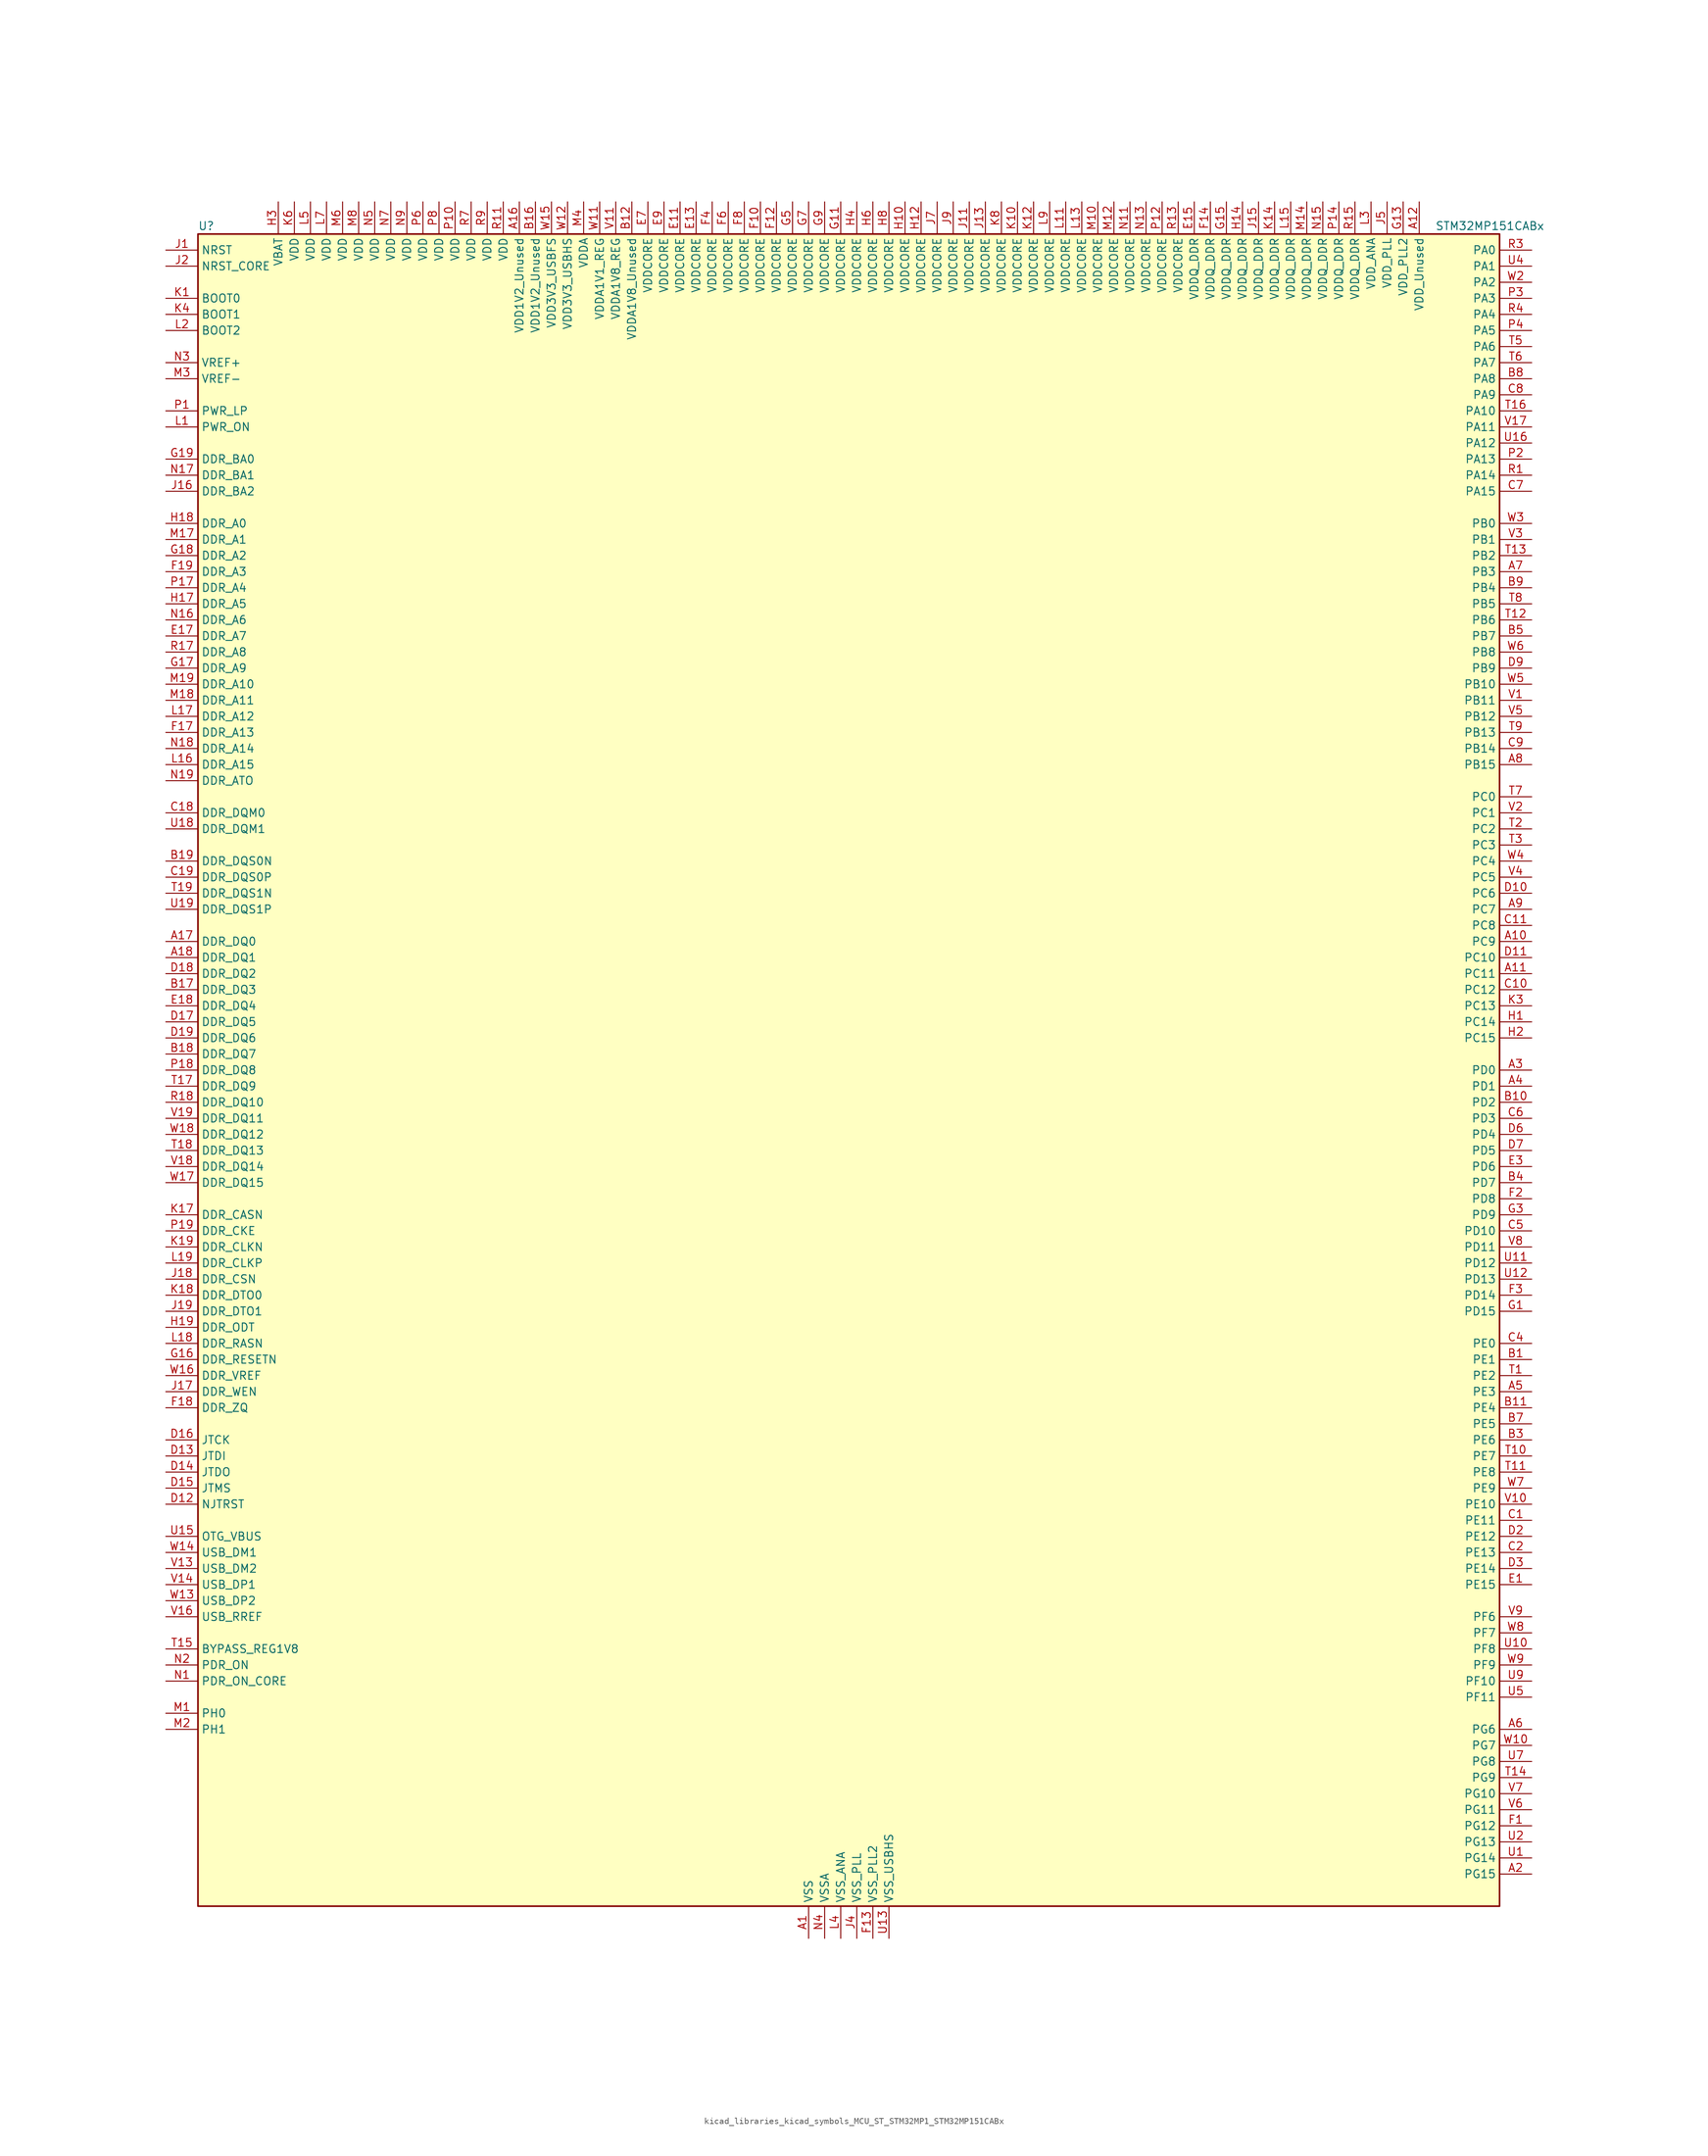
<source format=kicad_sym>
(kicad_symbol_lib
  (version 20220914)
  (generator kicad_symbol_editor)
  (symbol "kicad_libraries_kicad_symbols_MCU_ST_STM32MP1_STM32MP151CABx"
    (property "Reference" "U"
      (at -101.6 133.35 0)
      (effects (font (size 1.27 1.27)) (justify left)))
    (property "Value" "STM32MP151CABx"
      (at 93.98 133.35 0)
      (effects (font (size 1.27 1.27)) (justify left)))
    (property "ki_locked" ""
      (at 0 0 0)
      (effects (font (size 1.27 1.27))))
    (symbol "kicad_libraries_kicad_symbols_MCU_ST_STM32MP1_STM32MP151CABx_0_1"
      (rectangle (start -101.6 -132.08) (end 104.14 132.08) (stroke (width 0.254) (type default)) (fill (type background))))
    (symbol "kicad_libraries_kicad_symbols_MCU_ST_STM32MP1_STM32MP151CABx_1_1"
      (pin power_in line (at -5.08 -137.16 90) (length 5.08) (name "VSS" (effects (font (size 1.27 1.27)))) (number "A1" (effects (font (size 1.27 1.27)))))
      (pin bidirectional line (at 109.22 20.32 180) (length 5.08) (name "PC9" (effects (font (size 1.27 1.27)))) (number "A10" (effects (font (size 1.27 1.27)))) (alternate "DAC1_EXTI9" bidirectional line) (alternate "DCMI_D3" bidirectional line) (alternate "DEBUG_TRACED1" bidirectional line) (alternate "I2C3_SDA" bidirectional line) (alternate "I2S_CKIN" bidirectional line) (alternate "LTDC_B2" bidirectional line) (alternate "QUADSPI_BK1_IO0" bidirectional line) (alternate "SDMMC1_D1" bidirectional line) (alternate "TIM3_CH4" bidirectional line) (alternate "TIM8_CH4" bidirectional line) (alternate "UART5_CTS" bidirectional line))
      (pin bidirectional line (at 109.22 15.24 180) (length 5.08) (name "PC11" (effects (font (size 1.27 1.27)))) (number "A11" (effects (font (size 1.27 1.27)))) (alternate "ADC1_EXTI11" bidirectional line) (alternate "ADC2_EXTI11" bidirectional line) (alternate "DCMI_D4" bidirectional line) (alternate "DEBUG_TRACED3" bidirectional line) (alternate "DFSDM1_DATIN5" bidirectional line) (alternate "I2S3_SDI" bidirectional line) (alternate "QUADSPI_BK2_NCS" bidirectional line) (alternate "SAI4_SCK_B" bidirectional line) (alternate "SDMMC1_D3" bidirectional line) (alternate "SPI3_MISO" bidirectional line) (alternate "UART4_RX" bidirectional line) (alternate "USART3_RX" bidirectional line))
      (pin power_in line (at 91.44 137.16 270) (length 5.08) (name "VDD_Unused" (effects (font (size 1.27 1.27)))) (number "A12" (effects (font (size 1.27 1.27)))))
      (pin no_connect line (at -101.6 -132.08 0) (length 5.08) hide (name "DNU" (effects (font (size 1.27 1.27)))) (number "A13" (effects (font (size 1.27 1.27)))))
      (pin no_connect line (at -101.6 -129.54 0) (length 5.08) hide (name "DNU" (effects (font (size 1.27 1.27)))) (number "A14" (effects (font (size 1.27 1.27)))))
      (pin no_connect line (at -101.6 -127 0) (length 5.08) hide (name "DNU" (effects (font (size 1.27 1.27)))) (number "A15" (effects (font (size 1.27 1.27)))))
      (pin power_in line (at -50.8 137.16 270) (length 5.08) (name "VDD1V2_Unused" (effects (font (size 1.27 1.27)))) (number "A16" (effects (font (size 1.27 1.27)))))
      (pin bidirectional line (at -106.68 20.32 0) (length 5.08) (name "DDR_DQ0" (effects (font (size 1.27 1.27)))) (number "A17" (effects (font (size 1.27 1.27)))) (alternate "DDR_DQ0" bidirectional line))
      (pin bidirectional line (at -106.68 17.78 0) (length 5.08) (name "DDR_DQ1" (effects (font (size 1.27 1.27)))) (number "A18" (effects (font (size 1.27 1.27)))) (alternate "DDR_DQ1" bidirectional line))
      (pin passive line (at -5.08 -137.16 90) (length 5.08) hide (name "VSS" (effects (font (size 1.27 1.27)))) (number "A19" (effects (font (size 1.27 1.27)))))
      (pin bidirectional line (at 109.22 -127 180) (length 5.08) (name "PG15" (effects (font (size 1.27 1.27)))) (number "A2" (effects (font (size 1.27 1.27)))) (alternate "ADC1_EXTI15" bidirectional line) (alternate "ADC2_EXTI15" bidirectional line) (alternate "DCMI_D13" bidirectional line) (alternate "DEBUG_TRACED7" bidirectional line) (alternate "I2C2_SDA" bidirectional line) (alternate "SAI1_D2" bidirectional line) (alternate "SAI1_FS_A" bidirectional line) (alternate "SDMMC3_CK" bidirectional line) (alternate "USART6_CTS" bidirectional line) (alternate "USART6_NSS" bidirectional line))
      (pin bidirectional line (at 109.22 0 180) (length 5.08) (name "PD0" (effects (font (size 1.27 1.27)))) (number "A3" (effects (font (size 1.27 1.27)))) (alternate "DFSDM1_CKIN6" bidirectional line) (alternate "DFSDM1_DATIN7" bidirectional line) (alternate "FMC_D2" bidirectional line) (alternate "FMC_DA2" bidirectional line) (alternate "I2C5_SDA" bidirectional line) (alternate "I2C6_SDA" bidirectional line) (alternate "SAI3_SCK_A" bidirectional line) (alternate "SDMMC3_CMD" bidirectional line) (alternate "UART4_RX" bidirectional line))
      (pin bidirectional line (at 109.22 -2.54 180) (length 5.08) (name "PD1" (effects (font (size 1.27 1.27)))) (number "A4" (effects (font (size 1.27 1.27)))) (alternate "DFSDM1_CKIN7" bidirectional line) (alternate "DFSDM1_DATIN6" bidirectional line) (alternate "FMC_D3" bidirectional line) (alternate "FMC_DA3" bidirectional line) (alternate "I2C5_SCL" bidirectional line) (alternate "I2C6_SCL" bidirectional line) (alternate "SAI3_SD_A" bidirectional line) (alternate "SDMMC3_D0" bidirectional line) (alternate "UART4_TX" bidirectional line))
      (pin bidirectional line (at 109.22 -50.8 180) (length 5.08) (name "PE3" (effects (font (size 1.27 1.27)))) (number "A5" (effects (font (size 1.27 1.27)))) (alternate "DEBUG_TRACED0" bidirectional line) (alternate "FMC_A19" bidirectional line) (alternate "SAI1_SD_B" bidirectional line) (alternate "SDMMC2_CK" bidirectional line) (alternate "TIM15_BKIN" bidirectional line))
      (pin bidirectional line (at 109.22 -104.14 180) (length 5.08) (name "PG6" (effects (font (size 1.27 1.27)))) (number "A6" (effects (font (size 1.27 1.27)))) (alternate "DCMI_D12" bidirectional line) (alternate "DEBUG_TRACED14" bidirectional line) (alternate "LTDC_R7" bidirectional line) (alternate "SDMMC2_CMD" bidirectional line) (alternate "TIM17_BKIN" bidirectional line))
      (pin bidirectional line (at 109.22 78.74 180) (length 5.08) (name "PB3" (effects (font (size 1.27 1.27)))) (number "A7" (effects (font (size 1.27 1.27)))) (alternate "DEBUG_TRACED9" bidirectional line) (alternate "I2S1_CK" bidirectional line) (alternate "I2S3_CK" bidirectional line) (alternate "SAI4_CK1" bidirectional line) (alternate "SAI4_MCLK_A" bidirectional line) (alternate "SDMMC2_D2" bidirectional line) (alternate "SPI1_SCK" bidirectional line) (alternate "SPI3_SCK" bidirectional line) (alternate "SPI6_SCK" bidirectional line) (alternate "TIM2_CH2" bidirectional line) (alternate "UART7_RX" bidirectional line))
      (pin bidirectional line (at 109.22 48.26 180) (length 5.08) (name "PB15" (effects (font (size 1.27 1.27)))) (number "A8" (effects (font (size 1.27 1.27)))) (alternate "ADC1_EXTI15" bidirectional line) (alternate "ADC2_EXTI15" bidirectional line) (alternate "DFSDM1_CKIN2" bidirectional line) (alternate "I2S2_SDO" bidirectional line) (alternate "RTC_REFIN" bidirectional line) (alternate "SDMMC2_D1" bidirectional line) (alternate "SPI2_MOSI" bidirectional line) (alternate "TIM12_CH2" bidirectional line) (alternate "TIM1_CH3N" bidirectional line) (alternate "TIM8_CH3N" bidirectional line) (alternate "USART1_RX" bidirectional line))
      (pin bidirectional line (at 109.22 25.4 180) (length 5.08) (name "PC7" (effects (font (size 1.27 1.27)))) (number "A9" (effects (font (size 1.27 1.27)))) (alternate "DCMI_D1" bidirectional line) (alternate "DFSDM1_DATIN3" bidirectional line) (alternate "HDP_HDP4" bidirectional line) (alternate "I2S3_MCK" bidirectional line) (alternate "LTDC_G6" bidirectional line) (alternate "SDMMC1_D123DIR" bidirectional line) (alternate "SDMMC1_D7" bidirectional line) (alternate "SDMMC2_D123DIR" bidirectional line) (alternate "SDMMC2_D7" bidirectional line) (alternate "TIM3_CH2" bidirectional line) (alternate "TIM8_CH2" bidirectional line) (alternate "USART6_RX" bidirectional line))
      (pin bidirectional line (at 109.22 -45.72 180) (length 5.08) (name "PE1" (effects (font (size 1.27 1.27)))) (number "B1" (effects (font (size 1.27 1.27)))) (alternate "DCMI_D3" bidirectional line) (alternate "FMC_NBL1" bidirectional line) (alternate "I2S2_MCK" bidirectional line) (alternate "LPTIM1_IN2" bidirectional line) (alternate "SAI3_SD_B" bidirectional line) (alternate "UART8_TX" bidirectional line))
      (pin bidirectional line (at 109.22 -5.08 180) (length 5.08) (name "PD2" (effects (font (size 1.27 1.27)))) (number "B10" (effects (font (size 1.27 1.27)))) (alternate "DCMI_D11" bidirectional line) (alternate "I2C5_SMBA" bidirectional line) (alternate "SDMMC1_CMD" bidirectional line) (alternate "TIM3_ETR" bidirectional line) (alternate "UART4_RX" bidirectional line) (alternate "UART5_RX" bidirectional line))
      (pin bidirectional line (at 109.22 -53.34 180) (length 5.08) (name "PE4" (effects (font (size 1.27 1.27)))) (number "B11" (effects (font (size 1.27 1.27)))) (alternate "DCMI_D4" bidirectional line) (alternate "DEBUG_TRACED1" bidirectional line) (alternate "DFSDM1_DATIN3" bidirectional line) (alternate "FMC_A20" bidirectional line) (alternate "LTDC_B0" bidirectional line) (alternate "SAI1_D2" bidirectional line) (alternate "SAI1_FS_A" bidirectional line) (alternate "SDMMC1_CKIN" bidirectional line) (alternate "SDMMC1_D4" bidirectional line) (alternate "SDMMC2_CKIN" bidirectional line) (alternate "SDMMC2_D4" bidirectional line) (alternate "SPI4_NSS" bidirectional line) (alternate "TIM15_CH1N" bidirectional line))
      (pin power_in line (at -33.02 137.16 270) (length 5.08) (name "VDDA1V8_Unused" (effects (font (size 1.27 1.27)))) (number "B12" (effects (font (size 1.27 1.27)))))
      (pin no_connect line (at -101.6 -124.46 0) (length 5.08) hide (name "DNU" (effects (font (size 1.27 1.27)))) (number "B13" (effects (font (size 1.27 1.27)))))
      (pin no_connect line (at -101.6 -121.92 0) (length 5.08) hide (name "DNU" (effects (font (size 1.27 1.27)))) (number "B14" (effects (font (size 1.27 1.27)))))
      (pin no_connect line (at -101.6 -119.38 0) (length 5.08) hide (name "DNU" (effects (font (size 1.27 1.27)))) (number "B15" (effects (font (size 1.27 1.27)))))
      (pin power_in line (at -48.26 137.16 270) (length 5.08) (name "VDD1V2_Unused" (effects (font (size 1.27 1.27)))) (number "B16" (effects (font (size 1.27 1.27)))))
      (pin bidirectional line (at -106.68 12.7 0) (length 5.08) (name "DDR_DQ3" (effects (font (size 1.27 1.27)))) (number "B17" (effects (font (size 1.27 1.27)))) (alternate "DDR_DQ3" bidirectional line))
      (pin bidirectional line (at -106.68 2.54 0) (length 5.08) (name "DDR_DQ7" (effects (font (size 1.27 1.27)))) (number "B18" (effects (font (size 1.27 1.27)))) (alternate "DDR_DQ7" bidirectional line))
      (pin bidirectional line (at -106.68 33.02 0) (length 5.08) (name "DDR_DQS0N" (effects (font (size 1.27 1.27)))) (number "B19" (effects (font (size 1.27 1.27)))) (alternate "DDR_DQS0N" bidirectional line))
      (pin passive line (at -5.08 -137.16 90) (length 5.08) hide (name "VSS" (effects (font (size 1.27 1.27)))) (number "B2" (effects (font (size 1.27 1.27)))))
      (pin bidirectional line (at 109.22 -58.42 180) (length 5.08) (name "PE6" (effects (font (size 1.27 1.27)))) (number "B3" (effects (font (size 1.27 1.27)))) (alternate "DCMI_D7" bidirectional line) (alternate "DEBUG_TRACED2" bidirectional line) (alternate "FMC_A22" bidirectional line) (alternate "LTDC_G1" bidirectional line) (alternate "SAI1_D1" bidirectional line) (alternate "SAI1_SD_A" bidirectional line) (alternate "SAI2_MCLK_B" bidirectional line) (alternate "SDMMC1_D2" bidirectional line) (alternate "SDMMC2_D0" bidirectional line) (alternate "SPI4_MOSI" bidirectional line) (alternate "TIM15_CH2" bidirectional line) (alternate "TIM1_BKIN2" bidirectional line))
      (pin bidirectional line (at 109.22 -17.78 180) (length 5.08) (name "PD7" (effects (font (size 1.27 1.27)))) (number "B4" (effects (font (size 1.27 1.27)))) (alternate "DEBUG_TRACED6" bidirectional line) (alternate "DFSDM1_CKIN1" bidirectional line) (alternate "DFSDM1_DATIN4" bidirectional line) (alternate "FMC_NE1" bidirectional line) (alternate "I2C2_SCL" bidirectional line) (alternate "SDMMC3_D3" bidirectional line) (alternate "SPDIFRX_IN0" bidirectional line) (alternate "USART2_CK" bidirectional line))
      (pin bidirectional line (at 109.22 68.58 180) (length 5.08) (name "PB7" (effects (font (size 1.27 1.27)))) (number "B5" (effects (font (size 1.27 1.27)))) (alternate "DCMI_VSYNC" bidirectional line) (alternate "DFSDM1_CKIN5" bidirectional line) (alternate "FMC_NL" bidirectional line) (alternate "I2C1_SDA" bidirectional line) (alternate "I2C4_SDA" bidirectional line) (alternate "SDMMC2_D1" bidirectional line) (alternate "TIM17_CH1N" bidirectional line) (alternate "TIM4_CH2" bidirectional line) (alternate "USART1_RX" bidirectional line))
      (pin passive line (at -5.08 -137.16 90) (length 5.08) hide (name "VSS" (effects (font (size 1.27 1.27)))) (number "B6" (effects (font (size 1.27 1.27)))))
      (pin bidirectional line (at 109.22 -55.88 180) (length 5.08) (name "PE5" (effects (font (size 1.27 1.27)))) (number "B7" (effects (font (size 1.27 1.27)))) (alternate "DCMI_D6" bidirectional line) (alternate "DEBUG_TRACED3" bidirectional line) (alternate "DFSDM1_CKIN3" bidirectional line) (alternate "FMC_A21" bidirectional line) (alternate "LTDC_G0" bidirectional line) (alternate "SAI1_CK2" bidirectional line) (alternate "SAI1_SCK_A" bidirectional line) (alternate "SDMMC1_D0DIR" bidirectional line) (alternate "SDMMC1_D6" bidirectional line) (alternate "SDMMC2_D0DIR" bidirectional line) (alternate "SDMMC2_D6" bidirectional line) (alternate "SPI4_MISO" bidirectional line) (alternate "TIM15_CH1" bidirectional line))
      (pin bidirectional line (at 109.22 109.22 180) (length 5.08) (name "PA8" (effects (font (size 1.27 1.27)))) (number "B8" (effects (font (size 1.27 1.27)))) (alternate "I2C3_SCL" bidirectional line) (alternate "I2S3_SDO" bidirectional line) (alternate "LTDC_R6" bidirectional line) (alternate "RCC_MCO_1" bidirectional line) (alternate "SAI4_SD_B" bidirectional line) (alternate "SDMMC2_CKIN" bidirectional line) (alternate "SDMMC2_D4" bidirectional line) (alternate "SPI3_MOSI" bidirectional line) (alternate "TIM1_CH1" bidirectional line) (alternate "TIM8_BKIN2" bidirectional line) (alternate "UART7_RX" bidirectional line) (alternate "USART1_CK" bidirectional line) (alternate "USB_OTG_HS_SOF" bidirectional line))
      (pin bidirectional line (at 109.22 76.2 180) (length 5.08) (name "PB4" (effects (font (size 1.27 1.27)))) (number "B9" (effects (font (size 1.27 1.27)))) (alternate "DEBUG_TRACED8" bidirectional line) (alternate "I2S1_SDI" bidirectional line) (alternate "I2S2_WS" bidirectional line) (alternate "I2S3_SDI" bidirectional line) (alternate "SAI4_CK2" bidirectional line) (alternate "SAI4_SCK_A" bidirectional line) (alternate "SDMMC2_D3" bidirectional line) (alternate "SPI1_MISO" bidirectional line) (alternate "SPI2_NSS" bidirectional line) (alternate "SPI3_MISO" bidirectional line) (alternate "SPI6_MISO" bidirectional line) (alternate "TIM16_BKIN" bidirectional line) (alternate "TIM3_CH1" bidirectional line) (alternate "UART7_TX" bidirectional line))
      (pin bidirectional line (at 109.22 -71.12 180) (length 5.08) (name "PE11" (effects (font (size 1.27 1.27)))) (number "C1" (effects (font (size 1.27 1.27)))) (alternate "ADC1_EXTI11" bidirectional line) (alternate "ADC2_EXTI11" bidirectional line) (alternate "DCMI_D4" bidirectional line) (alternate "DFSDM1_CKIN4" bidirectional line) (alternate "FMC_D8" bidirectional line) (alternate "FMC_DA8" bidirectional line) (alternate "LTDC_G3" bidirectional line) (alternate "SAI2_SD_B" bidirectional line) (alternate "SPI4_NSS" bidirectional line) (alternate "TIM1_CH2" bidirectional line) (alternate "USART6_CK" bidirectional line))
      (pin bidirectional line (at 109.22 12.7 180) (length 5.08) (name "PC12" (effects (font (size 1.27 1.27)))) (number "C10" (effects (font (size 1.27 1.27)))) (alternate "DCMI_D9" bidirectional line) (alternate "DEBUG_TRACECLK" bidirectional line) (alternate "I2S3_SDO" bidirectional line) (alternate "RCC_MCO_2" bidirectional line) (alternate "SAI4_D3" bidirectional line) (alternate "SAI4_SD_B" bidirectional line) (alternate "SDMMC1_CK" bidirectional line) (alternate "SPI3_MOSI" bidirectional line) (alternate "UART5_TX" bidirectional line) (alternate "USART3_CK" bidirectional line))
      (pin bidirectional line (at 109.22 22.86 180) (length 5.08) (name "PC8" (effects (font (size 1.27 1.27)))) (number "C11" (effects (font (size 1.27 1.27)))) (alternate "DCMI_D2" bidirectional line) (alternate "DEBUG_TRACED0" bidirectional line) (alternate "SDMMC1_D0" bidirectional line) (alternate "TIM3_CH3" bidirectional line) (alternate "TIM8_CH3" bidirectional line) (alternate "UART4_TX" bidirectional line) (alternate "UART5_DE" bidirectional line) (alternate "UART5_RTS" bidirectional line) (alternate "USART6_CK" bidirectional line))
      (pin passive line (at -5.08 -137.16 90) (length 5.08) hide (name "VSS" (effects (font (size 1.27 1.27)))) (number "C12" (effects (font (size 1.27 1.27)))))
      (pin passive line (at -5.08 -137.16 90) (length 5.08) hide (name "VSS" (effects (font (size 1.27 1.27)))) (number "C13" (effects (font (size 1.27 1.27)))))
      (pin passive line (at -5.08 -137.16 90) (length 5.08) hide (name "VSS" (effects (font (size 1.27 1.27)))) (number "C14" (effects (font (size 1.27 1.27)))))
      (pin passive line (at -5.08 -137.16 90) (length 5.08) hide (name "VSS" (effects (font (size 1.27 1.27)))) (number "C15" (effects (font (size 1.27 1.27)))))
      (pin passive line (at -5.08 -137.16 90) (length 5.08) hide (name "VSS" (effects (font (size 1.27 1.27)))) (number "C16" (effects (font (size 1.27 1.27)))))
      (pin passive line (at -5.08 -137.16 90) (length 5.08) hide (name "VSS" (effects (font (size 1.27 1.27)))) (number "C17" (effects (font (size 1.27 1.27)))))
      (pin bidirectional line (at -106.68 40.64 0) (length 5.08) (name "DDR_DQM0" (effects (font (size 1.27 1.27)))) (number "C18" (effects (font (size 1.27 1.27)))) (alternate "DDR_DQM0" bidirectional line))
      (pin bidirectional line (at -106.68 30.48 0) (length 5.08) (name "DDR_DQS0P" (effects (font (size 1.27 1.27)))) (number "C19" (effects (font (size 1.27 1.27)))) (alternate "DDR_DQS0P" bidirectional line))
      (pin bidirectional line (at 109.22 -76.2 180) (length 5.08) (name "PE13" (effects (font (size 1.27 1.27)))) (number "C2" (effects (font (size 1.27 1.27)))) (alternate "DCMI_D6" bidirectional line) (alternate "DFSDM1_CKIN5" bidirectional line) (alternate "FMC_D10" bidirectional line) (alternate "FMC_DA10" bidirectional line) (alternate "HDP_HDP2" bidirectional line) (alternate "LTDC_DE" bidirectional line) (alternate "SAI2_FS_B" bidirectional line) (alternate "SPI4_MISO" bidirectional line) (alternate "TIM1_CH3" bidirectional line))
      (pin passive line (at -5.08 -137.16 90) (length 5.08) hide (name "VSS" (effects (font (size 1.27 1.27)))) (number "C3" (effects (font (size 1.27 1.27)))))
      (pin bidirectional line (at 109.22 -43.18 180) (length 5.08) (name "PE0" (effects (font (size 1.27 1.27)))) (number "C4" (effects (font (size 1.27 1.27)))) (alternate "DCMI_D2" bidirectional line) (alternate "FMC_NBL0" bidirectional line) (alternate "I2S3_CK" bidirectional line) (alternate "LPTIM1_ETR" bidirectional line) (alternate "LPTIM2_ETR" bidirectional line) (alternate "SAI2_MCLK_A" bidirectional line) (alternate "SAI4_MCLK_B" bidirectional line) (alternate "SPI3_SCK" bidirectional line) (alternate "TIM4_ETR" bidirectional line) (alternate "UART8_RX" bidirectional line))
      (pin bidirectional line (at 109.22 -25.4 180) (length 5.08) (name "PD10" (effects (font (size 1.27 1.27)))) (number "C5" (effects (font (size 1.27 1.27)))) (alternate "DFSDM1_CKOUT" bidirectional line) (alternate "FMC_D15" bidirectional line) (alternate "FMC_DA15" bidirectional line) (alternate "I2C5_SMBA" bidirectional line) (alternate "I2S3_SDI" bidirectional line) (alternate "LTDC_B3" bidirectional line) (alternate "RTC_REFIN" bidirectional line) (alternate "SAI3_FS_B" bidirectional line) (alternate "SPI3_MISO" bidirectional line) (alternate "TIM16_BKIN" bidirectional line) (alternate "USART3_CK" bidirectional line))
      (pin bidirectional line (at 109.22 -7.62 180) (length 5.08) (name "PD3" (effects (font (size 1.27 1.27)))) (number "C6" (effects (font (size 1.27 1.27)))) (alternate "DCMI_D5" bidirectional line) (alternate "DFSDM1_CKOUT" bidirectional line) (alternate "DFSDM1_DATIN0" bidirectional line) (alternate "FMC_CLK" bidirectional line) (alternate "HDP_HDP5" bidirectional line) (alternate "I2S2_CK" bidirectional line) (alternate "LTDC_G7" bidirectional line) (alternate "SDMMC1_D123DIR" bidirectional line) (alternate "SDMMC1_D7" bidirectional line) (alternate "SDMMC2_D123DIR" bidirectional line) (alternate "SDMMC2_D7" bidirectional line) (alternate "SPI2_SCK" bidirectional line) (alternate "USART2_CTS" bidirectional line) (alternate "USART2_NSS" bidirectional line))
      (pin bidirectional line (at 109.22 91.44 180) (length 5.08) (name "PA15" (effects (font (size 1.27 1.27)))) (number "C7" (effects (font (size 1.27 1.27)))) (alternate "ADC1_EXTI15" bidirectional line) (alternate "ADC2_EXTI15" bidirectional line) (alternate "CEC" bidirectional line) (alternate "DEBUG_DBTRGI" bidirectional line) (alternate "I2S1_WS" bidirectional line) (alternate "I2S3_WS" bidirectional line) (alternate "LTDC_R1" bidirectional line) (alternate "SAI4_D2" bidirectional line) (alternate "SAI4_FS_A" bidirectional line) (alternate "SDMMC1_CDIR" bidirectional line) (alternate "SDMMC1_D5" bidirectional line) (alternate "SDMMC2_CDIR" bidirectional line) (alternate "SDMMC2_D5" bidirectional line) (alternate "SPI1_NSS" bidirectional line) (alternate "SPI3_NSS" bidirectional line) (alternate "SPI6_NSS" bidirectional line) (alternate "TIM2_CH1" bidirectional line) (alternate "TIM2_ETR" bidirectional line) (alternate "UART4_DE" bidirectional line) (alternate "UART4_RTS" bidirectional line) (alternate "UART7_TX" bidirectional line))
      (pin bidirectional line (at 109.22 106.68 180) (length 5.08) (name "PA9" (effects (font (size 1.27 1.27)))) (number "C8" (effects (font (size 1.27 1.27)))) (alternate "DAC1_EXTI9" bidirectional line) (alternate "DCMI_D0" bidirectional line) (alternate "I2C3_SMBA" bidirectional line) (alternate "I2S2_CK" bidirectional line) (alternate "LTDC_R5" bidirectional line) (alternate "SDMMC2_CDIR" bidirectional line) (alternate "SDMMC2_D5" bidirectional line) (alternate "SPI2_SCK" bidirectional line) (alternate "TIM1_CH2" bidirectional line) (alternate "USART1_TX" bidirectional line))
      (pin bidirectional line (at 109.22 50.8 180) (length 5.08) (name "PB14" (effects (font (size 1.27 1.27)))) (number "C9" (effects (font (size 1.27 1.27)))) (alternate "DFSDM1_DATIN2" bidirectional line) (alternate "I2S2_SDI" bidirectional line) (alternate "SDMMC2_D0" bidirectional line) (alternate "SPI2_MISO" bidirectional line) (alternate "TIM12_CH1" bidirectional line) (alternate "TIM1_CH2N" bidirectional line) (alternate "TIM8_CH2N" bidirectional line) (alternate "USART1_TX" bidirectional line) (alternate "USART3_DE" bidirectional line) (alternate "USART3_RTS" bidirectional line))
      (pin passive line (at -5.08 -137.16 90) (length 5.08) hide (name "VSS" (effects (font (size 1.27 1.27)))) (number "D1" (effects (font (size 1.27 1.27)))))
      (pin bidirectional line (at 109.22 27.94 180) (length 5.08) (name "PC6" (effects (font (size 1.27 1.27)))) (number "D10" (effects (font (size 1.27 1.27)))) (alternate "DCMI_D0" bidirectional line) (alternate "DFSDM1_CKIN3" bidirectional line) (alternate "HDP_HDP1" bidirectional line) (alternate "I2S2_MCK" bidirectional line) (alternate "LTDC_HSYNC" bidirectional line) (alternate "SDMMC1_D0DIR" bidirectional line) (alternate "SDMMC1_D6" bidirectional line) (alternate "SDMMC2_D0DIR" bidirectional line) (alternate "SDMMC2_D6" bidirectional line) (alternate "TIM3_CH1" bidirectional line) (alternate "TIM8_CH1" bidirectional line) (alternate "USART6_TX" bidirectional line))
      (pin bidirectional line (at 109.22 17.78 180) (length 5.08) (name "PC10" (effects (font (size 1.27 1.27)))) (number "D11" (effects (font (size 1.27 1.27)))) (alternate "DCMI_D8" bidirectional line) (alternate "DEBUG_TRACED2" bidirectional line) (alternate "DFSDM1_CKIN5" bidirectional line) (alternate "I2S3_CK" bidirectional line) (alternate "LTDC_R2" bidirectional line) (alternate "QUADSPI_BK1_IO1" bidirectional line) (alternate "SAI4_MCLK_B" bidirectional line) (alternate "SDMMC1_D2" bidirectional line) (alternate "SPI3_SCK" bidirectional line) (alternate "UART4_TX" bidirectional line) (alternate "USART3_TX" bidirectional line))
      (pin bidirectional line (at -106.68 -68.58 0) (length 5.08) (name "NJTRST" (effects (font (size 1.27 1.27)))) (number "D12" (effects (font (size 1.27 1.27)))) (alternate "DEBUG_JTRST" bidirectional line))
      (pin bidirectional line (at -106.68 -60.96 0) (length 5.08) (name "JTDI" (effects (font (size 1.27 1.27)))) (number "D13" (effects (font (size 1.27 1.27)))) (alternate "DEBUG_JTDI" bidirectional line))
      (pin bidirectional line (at -106.68 -63.5 0) (length 5.08) (name "JTDO" (effects (font (size 1.27 1.27)))) (number "D14" (effects (font (size 1.27 1.27)))) (alternate "DEBUG_JTDO-SWO" bidirectional line))
      (pin bidirectional line (at -106.68 -66.04 0) (length 5.08) (name "JTMS" (effects (font (size 1.27 1.27)))) (number "D15" (effects (font (size 1.27 1.27)))) (alternate "DEBUG_JTMS-SWDIO" bidirectional line))
      (pin bidirectional line (at -106.68 -58.42 0) (length 5.08) (name "JTCK" (effects (font (size 1.27 1.27)))) (number "D16" (effects (font (size 1.27 1.27)))) (alternate "DEBUG_JTCK-SWCLK" bidirectional line))
      (pin bidirectional line (at -106.68 7.62 0) (length 5.08) (name "DDR_DQ5" (effects (font (size 1.27 1.27)))) (number "D17" (effects (font (size 1.27 1.27)))) (alternate "DDR_DQ5" bidirectional line))
      (pin bidirectional line (at -106.68 15.24 0) (length 5.08) (name "DDR_DQ2" (effects (font (size 1.27 1.27)))) (number "D18" (effects (font (size 1.27 1.27)))) (alternate "DDR_DQ2" bidirectional line))
      (pin bidirectional line (at -106.68 5.08 0) (length 5.08) (name "DDR_DQ6" (effects (font (size 1.27 1.27)))) (number "D19" (effects (font (size 1.27 1.27)))) (alternate "DDR_DQ6" bidirectional line))
      (pin bidirectional line (at 109.22 -73.66 180) (length 5.08) (name "PE12" (effects (font (size 1.27 1.27)))) (number "D2" (effects (font (size 1.27 1.27)))) (alternate "DFSDM1_DATIN5" bidirectional line) (alternate "FMC_D9" bidirectional line) (alternate "FMC_DA9" bidirectional line) (alternate "LTDC_B4" bidirectional line) (alternate "SAI2_SCK_B" bidirectional line) (alternate "SDMMC1_D0DIR" bidirectional line) (alternate "SPI4_SCK" bidirectional line) (alternate "TIM1_CH3N" bidirectional line))
      (pin bidirectional line (at 109.22 -78.74 180) (length 5.08) (name "PE14" (effects (font (size 1.27 1.27)))) (number "D3" (effects (font (size 1.27 1.27)))) (alternate "FMC_D11" bidirectional line) (alternate "FMC_DA11" bidirectional line) (alternate "LTDC_CLK" bidirectional line) (alternate "LTDC_G0" bidirectional line) (alternate "SAI2_MCLK_B" bidirectional line) (alternate "SDMMC1_D123DIR" bidirectional line) (alternate "SPI4_MOSI" bidirectional line) (alternate "TIM1_CH4" bidirectional line) (alternate "UART8_DE" bidirectional line) (alternate "UART8_RTS" bidirectional line))
      (pin passive line (at -5.08 -137.16 90) (length 5.08) hide (name "VSS" (effects (font (size 1.27 1.27)))) (number "D4" (effects (font (size 1.27 1.27)))))
      (pin passive line (at -5.08 -137.16 90) (length 5.08) hide (name "VSS" (effects (font (size 1.27 1.27)))) (number "D5" (effects (font (size 1.27 1.27)))))
      (pin bidirectional line (at 109.22 -10.16 180) (length 5.08) (name "PD4" (effects (font (size 1.27 1.27)))) (number "D6" (effects (font (size 1.27 1.27)))) (alternate "DFSDM1_CKIN0" bidirectional line) (alternate "FMC_NOE" bidirectional line) (alternate "SAI3_FS_A" bidirectional line) (alternate "SDMMC3_D1" bidirectional line) (alternate "USART2_DE" bidirectional line) (alternate "USART2_RTS" bidirectional line))
      (pin bidirectional line (at 109.22 -12.7 180) (length 5.08) (name "PD5" (effects (font (size 1.27 1.27)))) (number "D7" (effects (font (size 1.27 1.27)))) (alternate "FMC_NWE" bidirectional line) (alternate "SDMMC3_D2" bidirectional line) (alternate "USART2_TX" bidirectional line))
      (pin passive line (at -5.08 -137.16 90) (length 5.08) hide (name "VSS" (effects (font (size 1.27 1.27)))) (number "D8" (effects (font (size 1.27 1.27)))))
      (pin bidirectional line (at 109.22 63.5 180) (length 5.08) (name "PB9" (effects (font (size 1.27 1.27)))) (number "D9" (effects (font (size 1.27 1.27)))) (alternate "DAC1_EXTI9" bidirectional line) (alternate "DCMI_D7" bidirectional line) (alternate "DFSDM1_DATIN7" bidirectional line) (alternate "HDP_HDP7" bidirectional line) (alternate "I2C1_SDA" bidirectional line) (alternate "I2C4_SDA" bidirectional line) (alternate "I2S2_WS" bidirectional line) (alternate "LTDC_B7" bidirectional line) (alternate "SDMMC1_CDIR" bidirectional line) (alternate "SDMMC1_D5" bidirectional line) (alternate "SDMMC2_CDIR" bidirectional line) (alternate "SDMMC2_D5" bidirectional line) (alternate "SPI2_NSS" bidirectional line) (alternate "TIM17_CH1" bidirectional line) (alternate "TIM4_CH4" bidirectional line) (alternate "UART4_TX" bidirectional line))
      (pin bidirectional line (at 109.22 -81.28 180) (length 5.08) (name "PE15" (effects (font (size 1.27 1.27)))) (number "E1" (effects (font (size 1.27 1.27)))) (alternate "ADC1_EXTI15" bidirectional line) (alternate "ADC2_EXTI15" bidirectional line) (alternate "FMC_D12" bidirectional line) (alternate "FMC_DA12" bidirectional line) (alternate "FMC_NCE2" bidirectional line) (alternate "HDP_HDP3" bidirectional line) (alternate "LTDC_R7" bidirectional line) (alternate "TIM15_BKIN" bidirectional line) (alternate "TIM1_BKIN" bidirectional line) (alternate "UART8_CTS" bidirectional line) (alternate "USART2_CTS" bidirectional line) (alternate "USART2_NSS" bidirectional line))
      (pin passive line (at -5.08 -137.16 90) (length 5.08) hide (name "VSS" (effects (font (size 1.27 1.27)))) (number "E10" (effects (font (size 1.27 1.27)))))
      (pin power_in line (at -25.4 137.16 270) (length 5.08) (name "VDDCORE" (effects (font (size 1.27 1.27)))) (number "E11" (effects (font (size 1.27 1.27)))))
      (pin passive line (at -5.08 -137.16 90) (length 5.08) hide (name "VSS" (effects (font (size 1.27 1.27)))) (number "E12" (effects (font (size 1.27 1.27)))))
      (pin power_in line (at -22.86 137.16 270) (length 5.08) (name "VDDCORE" (effects (font (size 1.27 1.27)))) (number "E13" (effects (font (size 1.27 1.27)))))
      (pin passive line (at -5.08 -137.16 90) (length 5.08) hide (name "VSS" (effects (font (size 1.27 1.27)))) (number "E14" (effects (font (size 1.27 1.27)))))
      (pin power_in line (at 55.88 137.16 270) (length 5.08) (name "VDDQ_DDR" (effects (font (size 1.27 1.27)))) (number "E15" (effects (font (size 1.27 1.27)))))
      (pin passive line (at -5.08 -137.16 90) (length 5.08) hide (name "VSS" (effects (font (size 1.27 1.27)))) (number "E16" (effects (font (size 1.27 1.27)))))
      (pin bidirectional line (at -106.68 68.58 0) (length 5.08) (name "DDR_A7" (effects (font (size 1.27 1.27)))) (number "E17" (effects (font (size 1.27 1.27)))) (alternate "DDR_A7" bidirectional line))
      (pin bidirectional line (at -106.68 10.16 0) (length 5.08) (name "DDR_DQ4" (effects (font (size 1.27 1.27)))) (number "E18" (effects (font (size 1.27 1.27)))) (alternate "DDR_DQ4" bidirectional line))
      (pin passive line (at -5.08 -137.16 90) (length 5.08) hide (name "VSS" (effects (font (size 1.27 1.27)))) (number "E2" (effects (font (size 1.27 1.27)))))
      (pin bidirectional line (at 109.22 -15.24 180) (length 5.08) (name "PD6" (effects (font (size 1.27 1.27)))) (number "E3" (effects (font (size 1.27 1.27)))) (alternate "DCMI_D10" bidirectional line) (alternate "DFSDM1_CKIN4" bidirectional line) (alternate "DFSDM1_DATIN1" bidirectional line) (alternate "FMC_NWAIT" bidirectional line) (alternate "I2S3_SDO" bidirectional line) (alternate "LTDC_B2" bidirectional line) (alternate "SAI1_D1" bidirectional line) (alternate "SAI1_SD_A" bidirectional line) (alternate "SPI3_MOSI" bidirectional line) (alternate "TIM16_CH1N" bidirectional line) (alternate "USART2_RX" bidirectional line))
      (pin passive line (at -5.08 -137.16 90) (length 5.08) hide (name "VSS" (effects (font (size 1.27 1.27)))) (number "E4" (effects (font (size 1.27 1.27)))))
      (pin passive line (at -5.08 -137.16 90) (length 5.08) hide (name "VSS" (effects (font (size 1.27 1.27)))) (number "E5" (effects (font (size 1.27 1.27)))))
      (pin passive line (at -5.08 -137.16 90) (length 5.08) hide (name "VSS" (effects (font (size 1.27 1.27)))) (number "E6" (effects (font (size 1.27 1.27)))))
      (pin power_in line (at -30.48 137.16 270) (length 5.08) (name "VDDCORE" (effects (font (size 1.27 1.27)))) (number "E7" (effects (font (size 1.27 1.27)))))
      (pin passive line (at -5.08 -137.16 90) (length 5.08) hide (name "VSS" (effects (font (size 1.27 1.27)))) (number "E8" (effects (font (size 1.27 1.27)))))
      (pin power_in line (at -27.94 137.16 270) (length 5.08) (name "VDDCORE" (effects (font (size 1.27 1.27)))) (number "E9" (effects (font (size 1.27 1.27)))))
      (pin bidirectional line (at 109.22 -119.38 180) (length 5.08) (name "PG12" (effects (font (size 1.27 1.27)))) (number "F1" (effects (font (size 1.27 1.27)))) (alternate "ETH1_PHY_INTN" bidirectional line) (alternate "FMC_NE4" bidirectional line) (alternate "LPTIM1_IN1" bidirectional line) (alternate "LTDC_B1" bidirectional line) (alternate "LTDC_B4" bidirectional line) (alternate "SAI4_CK2" bidirectional line) (alternate "SAI4_SCK_A" bidirectional line) (alternate "SPDIFRX_IN1" bidirectional line) (alternate "SPI6_MISO" bidirectional line) (alternate "USART6_DE" bidirectional line) (alternate "USART6_RTS" bidirectional line))
      (pin power_in line (at -12.7 137.16 270) (length 5.08) (name "VDDCORE" (effects (font (size 1.27 1.27)))) (number "F10" (effects (font (size 1.27 1.27)))))
      (pin passive line (at -5.08 -137.16 90) (length 5.08) hide (name "VSS" (effects (font (size 1.27 1.27)))) (number "F11" (effects (font (size 1.27 1.27)))))
      (pin power_in line (at -10.16 137.16 270) (length 5.08) (name "VDDCORE" (effects (font (size 1.27 1.27)))) (number "F12" (effects (font (size 1.27 1.27)))))
      (pin power_in line (at 5.08 -137.16 90) (length 5.08) (name "VSS_PLL2" (effects (font (size 1.27 1.27)))) (number "F13" (effects (font (size 1.27 1.27)))))
      (pin power_in line (at 58.42 137.16 270) (length 5.08) (name "VDDQ_DDR" (effects (font (size 1.27 1.27)))) (number "F14" (effects (font (size 1.27 1.27)))))
      (pin passive line (at -5.08 -137.16 90) (length 5.08) hide (name "VSS" (effects (font (size 1.27 1.27)))) (number "F15" (effects (font (size 1.27 1.27)))))
      (pin bidirectional line (at -106.68 53.34 0) (length 5.08) (name "DDR_A13" (effects (font (size 1.27 1.27)))) (number "F17" (effects (font (size 1.27 1.27)))) (alternate "DDR_A13" bidirectional line))
      (pin bidirectional line (at -106.68 -53.34 0) (length 5.08) (name "DDR_ZQ" (effects (font (size 1.27 1.27)))) (number "F18" (effects (font (size 1.27 1.27)))) (alternate "DDR_ZQ" bidirectional line))
      (pin bidirectional line (at -106.68 78.74 0) (length 5.08) (name "DDR_A3" (effects (font (size 1.27 1.27)))) (number "F19" (effects (font (size 1.27 1.27)))) (alternate "DDR_A3" bidirectional line))
      (pin bidirectional line (at 109.22 -20.32 180) (length 5.08) (name "PD8" (effects (font (size 1.27 1.27)))) (number "F2" (effects (font (size 1.27 1.27)))) (alternate "DFSDM1_CKIN3" bidirectional line) (alternate "FMC_D13" bidirectional line) (alternate "FMC_DA13" bidirectional line) (alternate "LTDC_B7" bidirectional line) (alternate "SAI3_SCK_B" bidirectional line) (alternate "SPDIFRX_IN1" bidirectional line) (alternate "USART3_TX" bidirectional line))
      (pin bidirectional line (at 109.22 -35.56 180) (length 5.08) (name "PD14" (effects (font (size 1.27 1.27)))) (number "F3" (effects (font (size 1.27 1.27)))) (alternate "FMC_D0" bidirectional line) (alternate "FMC_DA0" bidirectional line) (alternate "SAI3_MCLK_B" bidirectional line) (alternate "TIM4_CH3" bidirectional line) (alternate "UART8_CTS" bidirectional line))
      (pin power_in line (at -20.32 137.16 270) (length 5.08) (name "VDDCORE" (effects (font (size 1.27 1.27)))) (number "F4" (effects (font (size 1.27 1.27)))))
      (pin passive line (at -5.08 -137.16 90) (length 5.08) hide (name "VSS" (effects (font (size 1.27 1.27)))) (number "F5" (effects (font (size 1.27 1.27)))))
      (pin power_in line (at -17.78 137.16 270) (length 5.08) (name "VDDCORE" (effects (font (size 1.27 1.27)))) (number "F6" (effects (font (size 1.27 1.27)))))
      (pin passive line (at -5.08 -137.16 90) (length 5.08) hide (name "VSS" (effects (font (size 1.27 1.27)))) (number "F7" (effects (font (size 1.27 1.27)))))
      (pin power_in line (at -15.24 137.16 270) (length 5.08) (name "VDDCORE" (effects (font (size 1.27 1.27)))) (number "F8" (effects (font (size 1.27 1.27)))))
      (pin passive line (at -5.08 -137.16 90) (length 5.08) hide (name "VSS" (effects (font (size 1.27 1.27)))) (number "F9" (effects (font (size 1.27 1.27)))))
      (pin bidirectional line (at 109.22 -38.1 180) (length 5.08) (name "PD15" (effects (font (size 1.27 1.27)))) (number "G1" (effects (font (size 1.27 1.27)))) (alternate "ADC1_EXTI15" bidirectional line) (alternate "ADC2_EXTI15" bidirectional line) (alternate "FMC_D1" bidirectional line) (alternate "FMC_DA1" bidirectional line) (alternate "LTDC_R1" bidirectional line) (alternate "SAI3_MCLK_A" bidirectional line) (alternate "TIM4_CH4" bidirectional line) (alternate "UART8_CTS" bidirectional line))
      (pin passive line (at -5.08 -137.16 90) (length 5.08) hide (name "VSS" (effects (font (size 1.27 1.27)))) (number "G10" (effects (font (size 1.27 1.27)))))
      (pin power_in line (at 0 137.16 270) (length 5.08) (name "VDDCORE" (effects (font (size 1.27 1.27)))) (number "G11" (effects (font (size 1.27 1.27)))))
      (pin passive line (at -5.08 -137.16 90) (length 5.08) hide (name "VSS" (effects (font (size 1.27 1.27)))) (number "G12" (effects (font (size 1.27 1.27)))))
      (pin power_in line (at 88.9 137.16 270) (length 5.08) (name "VDD_PLL2" (effects (font (size 1.27 1.27)))) (number "G13" (effects (font (size 1.27 1.27)))))
      (pin passive line (at -5.08 -137.16 90) (length 5.08) hide (name "VSS" (effects (font (size 1.27 1.27)))) (number "G14" (effects (font (size 1.27 1.27)))))
      (pin power_in line (at 60.96 137.16 270) (length 5.08) (name "VDDQ_DDR" (effects (font (size 1.27 1.27)))) (number "G15" (effects (font (size 1.27 1.27)))))
      (pin bidirectional line (at -106.68 -45.72 0) (length 5.08) (name "DDR_RESETN" (effects (font (size 1.27 1.27)))) (number "G16" (effects (font (size 1.27 1.27)))) (alternate "DDR_RESETN" bidirectional line))
      (pin bidirectional line (at -106.68 63.5 0) (length 5.08) (name "DDR_A9" (effects (font (size 1.27 1.27)))) (number "G17" (effects (font (size 1.27 1.27)))) (alternate "DDR_A9" bidirectional line))
      (pin bidirectional line (at -106.68 81.28 0) (length 5.08) (name "DDR_A2" (effects (font (size 1.27 1.27)))) (number "G18" (effects (font (size 1.27 1.27)))) (alternate "DDR_A2" bidirectional line))
      (pin bidirectional line (at -106.68 96.52 0) (length 5.08) (name "DDR_BA0" (effects (font (size 1.27 1.27)))) (number "G19" (effects (font (size 1.27 1.27)))) (alternate "DDR_BA0" bidirectional line))
      (pin passive line (at -5.08 -137.16 90) (length 5.08) hide (name "VSS" (effects (font (size 1.27 1.27)))) (number "G2" (effects (font (size 1.27 1.27)))))
      (pin bidirectional line (at 109.22 -22.86 180) (length 5.08) (name "PD9" (effects (font (size 1.27 1.27)))) (number "G3" (effects (font (size 1.27 1.27)))) (alternate "DAC1_EXTI9" bidirectional line) (alternate "DCMI_HSYNC" bidirectional line) (alternate "DFSDM1_DATIN3" bidirectional line) (alternate "FMC_D14" bidirectional line) (alternate "FMC_DA14" bidirectional line) (alternate "LTDC_B0" bidirectional line) (alternate "SAI3_SD_B" bidirectional line) (alternate "USART3_RX" bidirectional line))
      (pin passive line (at -5.08 -137.16 90) (length 5.08) hide (name "VSS" (effects (font (size 1.27 1.27)))) (number "G4" (effects (font (size 1.27 1.27)))))
      (pin power_in line (at -7.62 137.16 270) (length 5.08) (name "VDDCORE" (effects (font (size 1.27 1.27)))) (number "G5" (effects (font (size 1.27 1.27)))))
      (pin passive line (at -5.08 -137.16 90) (length 5.08) hide (name "VSS" (effects (font (size 1.27 1.27)))) (number "G6" (effects (font (size 1.27 1.27)))))
      (pin power_in line (at -5.08 137.16 270) (length 5.08) (name "VDDCORE" (effects (font (size 1.27 1.27)))) (number "G7" (effects (font (size 1.27 1.27)))))
      (pin passive line (at -5.08 -137.16 90) (length 5.08) hide (name "VSS" (effects (font (size 1.27 1.27)))) (number "G8" (effects (font (size 1.27 1.27)))))
      (pin power_in line (at -2.54 137.16 270) (length 5.08) (name "VDDCORE" (effects (font (size 1.27 1.27)))) (number "G9" (effects (font (size 1.27 1.27)))))
      (pin bidirectional line (at 109.22 7.62 180) (length 5.08) (name "PC14" (effects (font (size 1.27 1.27)))) (number "H1" (effects (font (size 1.27 1.27)))) (alternate "RCC_OSC32_IN" bidirectional line))
      (pin power_in line (at 10.16 137.16 270) (length 5.08) (name "VDDCORE" (effects (font (size 1.27 1.27)))) (number "H10" (effects (font (size 1.27 1.27)))))
      (pin passive line (at -5.08 -137.16 90) (length 5.08) hide (name "VSS" (effects (font (size 1.27 1.27)))) (number "H11" (effects (font (size 1.27 1.27)))))
      (pin power_in line (at 12.7 137.16 270) (length 5.08) (name "VDDCORE" (effects (font (size 1.27 1.27)))) (number "H12" (effects (font (size 1.27 1.27)))))
      (pin passive line (at -5.08 -137.16 90) (length 5.08) hide (name "VSS" (effects (font (size 1.27 1.27)))) (number "H13" (effects (font (size 1.27 1.27)))))
      (pin power_in line (at 63.5 137.16 270) (length 5.08) (name "VDDQ_DDR" (effects (font (size 1.27 1.27)))) (number "H14" (effects (font (size 1.27 1.27)))))
      (pin passive line (at -5.08 -137.16 90) (length 5.08) hide (name "VSS" (effects (font (size 1.27 1.27)))) (number "H15" (effects (font (size 1.27 1.27)))))
      (pin bidirectional line (at -106.68 73.66 0) (length 5.08) (name "DDR_A5" (effects (font (size 1.27 1.27)))) (number "H17" (effects (font (size 1.27 1.27)))) (alternate "DDR_A5" bidirectional line))
      (pin bidirectional line (at -106.68 86.36 0) (length 5.08) (name "DDR_A0" (effects (font (size 1.27 1.27)))) (number "H18" (effects (font (size 1.27 1.27)))) (alternate "DDR_A0" bidirectional line))
      (pin bidirectional line (at -106.68 -40.64 0) (length 5.08) (name "DDR_ODT" (effects (font (size 1.27 1.27)))) (number "H19" (effects (font (size 1.27 1.27)))) (alternate "DDR_ODT" bidirectional line))
      (pin bidirectional line (at 109.22 5.08 180) (length 5.08) (name "PC15" (effects (font (size 1.27 1.27)))) (number "H2" (effects (font (size 1.27 1.27)))) (alternate "ADC1_EXTI15" bidirectional line) (alternate "ADC2_EXTI15" bidirectional line) (alternate "RCC_OSC32_OUT" bidirectional line))
      (pin power_in line (at -88.9 137.16 270) (length 5.08) (name "VBAT" (effects (font (size 1.27 1.27)))) (number "H3" (effects (font (size 1.27 1.27)))))
      (pin power_in line (at 2.54 137.16 270) (length 5.08) (name "VDDCORE" (effects (font (size 1.27 1.27)))) (number "H4" (effects (font (size 1.27 1.27)))))
      (pin passive line (at -5.08 -137.16 90) (length 5.08) hide (name "VSS" (effects (font (size 1.27 1.27)))) (number "H5" (effects (font (size 1.27 1.27)))))
      (pin power_in line (at 5.08 137.16 270) (length 5.08) (name "VDDCORE" (effects (font (size 1.27 1.27)))) (number "H6" (effects (font (size 1.27 1.27)))))
      (pin passive line (at -5.08 -137.16 90) (length 5.08) hide (name "VSS" (effects (font (size 1.27 1.27)))) (number "H7" (effects (font (size 1.27 1.27)))))
      (pin power_in line (at 7.62 137.16 270) (length 5.08) (name "VDDCORE" (effects (font (size 1.27 1.27)))) (number "H8" (effects (font (size 1.27 1.27)))))
      (pin passive line (at -5.08 -137.16 90) (length 5.08) hide (name "VSS" (effects (font (size 1.27 1.27)))) (number "H9" (effects (font (size 1.27 1.27)))))
      (pin input line (at -106.68 129.54 0) (length 5.08) (name "NRST" (effects (font (size 1.27 1.27)))) (number "J1" (effects (font (size 1.27 1.27)))))
      (pin passive line (at -5.08 -137.16 90) (length 5.08) hide (name "VSS" (effects (font (size 1.27 1.27)))) (number "J10" (effects (font (size 1.27 1.27)))))
      (pin power_in line (at 20.32 137.16 270) (length 5.08) (name "VDDCORE" (effects (font (size 1.27 1.27)))) (number "J11" (effects (font (size 1.27 1.27)))))
      (pin passive line (at -5.08 -137.16 90) (length 5.08) hide (name "VSS" (effects (font (size 1.27 1.27)))) (number "J12" (effects (font (size 1.27 1.27)))))
      (pin power_in line (at 22.86 137.16 270) (length 5.08) (name "VDDCORE" (effects (font (size 1.27 1.27)))) (number "J13" (effects (font (size 1.27 1.27)))))
      (pin passive line (at -5.08 -137.16 90) (length 5.08) hide (name "VSS" (effects (font (size 1.27 1.27)))) (number "J14" (effects (font (size 1.27 1.27)))))
      (pin power_in line (at 66.04 137.16 270) (length 5.08) (name "VDDQ_DDR" (effects (font (size 1.27 1.27)))) (number "J15" (effects (font (size 1.27 1.27)))))
      (pin bidirectional line (at -106.68 91.44 0) (length 5.08) (name "DDR_BA2" (effects (font (size 1.27 1.27)))) (number "J16" (effects (font (size 1.27 1.27)))) (alternate "DDR_BA2" bidirectional line))
      (pin bidirectional line (at -106.68 -50.8 0) (length 5.08) (name "DDR_WEN" (effects (font (size 1.27 1.27)))) (number "J17" (effects (font (size 1.27 1.27)))) (alternate "DDR_WEN" bidirectional line))
      (pin bidirectional line (at -106.68 -33.02 0) (length 5.08) (name "DDR_CSN" (effects (font (size 1.27 1.27)))) (number "J18" (effects (font (size 1.27 1.27)))) (alternate "DDR_CSN" bidirectional line))
      (pin bidirectional line (at -106.68 -38.1 0) (length 5.08) (name "DDR_DTO1" (effects (font (size 1.27 1.27)))) (number "J19" (effects (font (size 1.27 1.27)))) (alternate "DDR_DTO1" bidirectional line))
      (pin input line (at -106.68 127 0) (length 5.08) (name "NRST_CORE" (effects (font (size 1.27 1.27)))) (number "J2" (effects (font (size 1.27 1.27)))))
      (pin passive line (at -5.08 -137.16 90) (length 5.08) hide (name "VSS" (effects (font (size 1.27 1.27)))) (number "J3" (effects (font (size 1.27 1.27)))))
      (pin power_in line (at 2.54 -137.16 90) (length 5.08) (name "VSS_PLL" (effects (font (size 1.27 1.27)))) (number "J4" (effects (font (size 1.27 1.27)))))
      (pin power_in line (at 86.36 137.16 270) (length 5.08) (name "VDD_PLL" (effects (font (size 1.27 1.27)))) (number "J5" (effects (font (size 1.27 1.27)))))
      (pin passive line (at -5.08 -137.16 90) (length 5.08) hide (name "VSS" (effects (font (size 1.27 1.27)))) (number "J6" (effects (font (size 1.27 1.27)))))
      (pin power_in line (at 15.24 137.16 270) (length 5.08) (name "VDDCORE" (effects (font (size 1.27 1.27)))) (number "J7" (effects (font (size 1.27 1.27)))))
      (pin passive line (at -5.08 -137.16 90) (length 5.08) hide (name "VSS" (effects (font (size 1.27 1.27)))) (number "J8" (effects (font (size 1.27 1.27)))))
      (pin power_in line (at 17.78 137.16 270) (length 5.08) (name "VDDCORE" (effects (font (size 1.27 1.27)))) (number "J9" (effects (font (size 1.27 1.27)))))
      (pin input line (at -106.68 121.92 0) (length 5.08) (name "BOOT0" (effects (font (size 1.27 1.27)))) (number "K1" (effects (font (size 1.27 1.27)))))
      (pin power_in line (at 27.94 137.16 270) (length 5.08) (name "VDDCORE" (effects (font (size 1.27 1.27)))) (number "K10" (effects (font (size 1.27 1.27)))))
      (pin passive line (at -5.08 -137.16 90) (length 5.08) hide (name "VSS" (effects (font (size 1.27 1.27)))) (number "K11" (effects (font (size 1.27 1.27)))))
      (pin power_in line (at 30.48 137.16 270) (length 5.08) (name "VDDCORE" (effects (font (size 1.27 1.27)))) (number "K12" (effects (font (size 1.27 1.27)))))
      (pin passive line (at -5.08 -137.16 90) (length 5.08) hide (name "VSS" (effects (font (size 1.27 1.27)))) (number "K13" (effects (font (size 1.27 1.27)))))
      (pin power_in line (at 68.58 137.16 270) (length 5.08) (name "VDDQ_DDR" (effects (font (size 1.27 1.27)))) (number "K14" (effects (font (size 1.27 1.27)))))
      (pin passive line (at -5.08 -137.16 90) (length 5.08) hide (name "VSS" (effects (font (size 1.27 1.27)))) (number "K15" (effects (font (size 1.27 1.27)))))
      (pin bidirectional line (at -106.68 -22.86 0) (length 5.08) (name "DDR_CASN" (effects (font (size 1.27 1.27)))) (number "K17" (effects (font (size 1.27 1.27)))) (alternate "DDR_CASN" bidirectional line))
      (pin bidirectional line (at -106.68 -35.56 0) (length 5.08) (name "DDR_DTO0" (effects (font (size 1.27 1.27)))) (number "K18" (effects (font (size 1.27 1.27)))) (alternate "DDR_DTO0" bidirectional line))
      (pin bidirectional line (at -106.68 -27.94 0) (length 5.08) (name "DDR_CLKN" (effects (font (size 1.27 1.27)))) (number "K19" (effects (font (size 1.27 1.27)))) (alternate "DDR_CLKN" bidirectional line))
      (pin passive line (at -5.08 -137.16 90) (length 5.08) hide (name "VSS" (effects (font (size 1.27 1.27)))) (number "K2" (effects (font (size 1.27 1.27)))))
      (pin bidirectional line (at 109.22 10.16 180) (length 5.08) (name "PC13" (effects (font (size 1.27 1.27)))) (number "K3" (effects (font (size 1.27 1.27)))) (alternate "PWR_WKUP3" bidirectional line) (alternate "RTC_LSCO" bidirectional line) (alternate "RTC_TS" bidirectional line) (alternate "TAMP_IN1" bidirectional line) (alternate "TAMP_OUT2" bidirectional line) (alternate "TAMP_OUT3" bidirectional line))
      (pin input line (at -106.68 119.38 0) (length 5.08) (name "BOOT1" (effects (font (size 1.27 1.27)))) (number "K4" (effects (font (size 1.27 1.27)))))
      (pin passive line (at -5.08 -137.16 90) (length 5.08) hide (name "VSS" (effects (font (size 1.27 1.27)))) (number "K5" (effects (font (size 1.27 1.27)))))
      (pin power_in line (at -86.36 137.16 270) (length 5.08) (name "VDD" (effects (font (size 1.27 1.27)))) (number "K6" (effects (font (size 1.27 1.27)))))
      (pin passive line (at -5.08 -137.16 90) (length 5.08) hide (name "VSS" (effects (font (size 1.27 1.27)))) (number "K7" (effects (font (size 1.27 1.27)))))
      (pin power_in line (at 25.4 137.16 270) (length 5.08) (name "VDDCORE" (effects (font (size 1.27 1.27)))) (number "K8" (effects (font (size 1.27 1.27)))))
      (pin passive line (at -5.08 -137.16 90) (length 5.08) hide (name "VSS" (effects (font (size 1.27 1.27)))) (number "K9" (effects (font (size 1.27 1.27)))))
      (pin output line (at -106.68 101.6 0) (length 5.08) (name "PWR_ON" (effects (font (size 1.27 1.27)))) (number "L1" (effects (font (size 1.27 1.27)))))
      (pin passive line (at -5.08 -137.16 90) (length 5.08) hide (name "VSS" (effects (font (size 1.27 1.27)))) (number "L10" (effects (font (size 1.27 1.27)))))
      (pin power_in line (at 35.56 137.16 270) (length 5.08) (name "VDDCORE" (effects (font (size 1.27 1.27)))) (number "L11" (effects (font (size 1.27 1.27)))))
      (pin passive line (at -5.08 -137.16 90) (length 5.08) hide (name "VSS" (effects (font (size 1.27 1.27)))) (number "L12" (effects (font (size 1.27 1.27)))))
      (pin power_in line (at 38.1 137.16 270) (length 5.08) (name "VDDCORE" (effects (font (size 1.27 1.27)))) (number "L13" (effects (font (size 1.27 1.27)))))
      (pin passive line (at -5.08 -137.16 90) (length 5.08) hide (name "VSS" (effects (font (size 1.27 1.27)))) (number "L14" (effects (font (size 1.27 1.27)))))
      (pin power_in line (at 71.12 137.16 270) (length 5.08) (name "VDDQ_DDR" (effects (font (size 1.27 1.27)))) (number "L15" (effects (font (size 1.27 1.27)))))
      (pin bidirectional line (at -106.68 48.26 0) (length 5.08) (name "DDR_A15" (effects (font (size 1.27 1.27)))) (number "L16" (effects (font (size 1.27 1.27)))) (alternate "DDR_A15" bidirectional line))
      (pin bidirectional line (at -106.68 55.88 0) (length 5.08) (name "DDR_A12" (effects (font (size 1.27 1.27)))) (number "L17" (effects (font (size 1.27 1.27)))) (alternate "DDR_A12" bidirectional line))
      (pin bidirectional line (at -106.68 -43.18 0) (length 5.08) (name "DDR_RASN" (effects (font (size 1.27 1.27)))) (number "L18" (effects (font (size 1.27 1.27)))) (alternate "DDR_RASN" bidirectional line))
      (pin bidirectional line (at -106.68 -30.48 0) (length 5.08) (name "DDR_CLKP" (effects (font (size 1.27 1.27)))) (number "L19" (effects (font (size 1.27 1.27)))) (alternate "DDR_CLKP" bidirectional line))
      (pin input line (at -106.68 116.84 0) (length 5.08) (name "BOOT2" (effects (font (size 1.27 1.27)))) (number "L2" (effects (font (size 1.27 1.27)))))
      (pin power_in line (at 83.82 137.16 270) (length 5.08) (name "VDD_ANA" (effects (font (size 1.27 1.27)))) (number "L3" (effects (font (size 1.27 1.27)))))
      (pin power_in line (at 0 -137.16 90) (length 5.08) (name "VSS_ANA" (effects (font (size 1.27 1.27)))) (number "L4" (effects (font (size 1.27 1.27)))))
      (pin power_in line (at -83.82 137.16 270) (length 5.08) (name "VDD" (effects (font (size 1.27 1.27)))) (number "L5" (effects (font (size 1.27 1.27)))))
      (pin passive line (at -5.08 -137.16 90) (length 5.08) hide (name "VSS" (effects (font (size 1.27 1.27)))) (number "L6" (effects (font (size 1.27 1.27)))))
      (pin power_in line (at -81.28 137.16 270) (length 5.08) (name "VDD" (effects (font (size 1.27 1.27)))) (number "L7" (effects (font (size 1.27 1.27)))))
      (pin passive line (at -5.08 -137.16 90) (length 5.08) hide (name "VSS" (effects (font (size 1.27 1.27)))) (number "L8" (effects (font (size 1.27 1.27)))))
      (pin power_in line (at 33.02 137.16 270) (length 5.08) (name "VDDCORE" (effects (font (size 1.27 1.27)))) (number "L9" (effects (font (size 1.27 1.27)))))
      (pin bidirectional line (at -106.68 -101.6 0) (length 5.08) (name "PH0" (effects (font (size 1.27 1.27)))) (number "M1" (effects (font (size 1.27 1.27)))) (alternate "RCC_OSC_IN" bidirectional line))
      (pin power_in line (at 40.64 137.16 270) (length 5.08) (name "VDDCORE" (effects (font (size 1.27 1.27)))) (number "M10" (effects (font (size 1.27 1.27)))))
      (pin passive line (at -5.08 -137.16 90) (length 5.08) hide (name "VSS" (effects (font (size 1.27 1.27)))) (number "M11" (effects (font (size 1.27 1.27)))))
      (pin power_in line (at 43.18 137.16 270) (length 5.08) (name "VDDCORE" (effects (font (size 1.27 1.27)))) (number "M12" (effects (font (size 1.27 1.27)))))
      (pin passive line (at -5.08 -137.16 90) (length 5.08) hide (name "VSS" (effects (font (size 1.27 1.27)))) (number "M13" (effects (font (size 1.27 1.27)))))
      (pin power_in line (at 73.66 137.16 270) (length 5.08) (name "VDDQ_DDR" (effects (font (size 1.27 1.27)))) (number "M14" (effects (font (size 1.27 1.27)))))
      (pin passive line (at -5.08 -137.16 90) (length 5.08) hide (name "VSS" (effects (font (size 1.27 1.27)))) (number "M15" (effects (font (size 1.27 1.27)))))
      (pin bidirectional line (at -106.68 83.82 0) (length 5.08) (name "DDR_A1" (effects (font (size 1.27 1.27)))) (number "M17" (effects (font (size 1.27 1.27)))) (alternate "DDR_A1" bidirectional line))
      (pin bidirectional line (at -106.68 58.42 0) (length 5.08) (name "DDR_A11" (effects (font (size 1.27 1.27)))) (number "M18" (effects (font (size 1.27 1.27)))) (alternate "DDR_A11" bidirectional line))
      (pin bidirectional line (at -106.68 60.96 0) (length 5.08) (name "DDR_A10" (effects (font (size 1.27 1.27)))) (number "M19" (effects (font (size 1.27 1.27)))) (alternate "DDR_A10" bidirectional line))
      (pin bidirectional line (at -106.68 -104.14 0) (length 5.08) (name "PH1" (effects (font (size 1.27 1.27)))) (number "M2" (effects (font (size 1.27 1.27)))) (alternate "RCC_OSC_OUT" bidirectional line))
      (pin input line (at -106.68 109.22 0) (length 5.08) (name "VREF-" (effects (font (size 1.27 1.27)))) (number "M3" (effects (font (size 1.27 1.27)))))
      (pin power_in line (at -40.64 137.16 270) (length 5.08) (name "VDDA" (effects (font (size 1.27 1.27)))) (number "M4" (effects (font (size 1.27 1.27)))))
      (pin passive line (at -5.08 -137.16 90) (length 5.08) hide (name "VSS" (effects (font (size 1.27 1.27)))) (number "M5" (effects (font (size 1.27 1.27)))))
      (pin power_in line (at -78.74 137.16 270) (length 5.08) (name "VDD" (effects (font (size 1.27 1.27)))) (number "M6" (effects (font (size 1.27 1.27)))))
      (pin passive line (at -5.08 -137.16 90) (length 5.08) hide (name "VSS" (effects (font (size 1.27 1.27)))) (number "M7" (effects (font (size 1.27 1.27)))))
      (pin power_in line (at -76.2 137.16 270) (length 5.08) (name "VDD" (effects (font (size 1.27 1.27)))) (number "M8" (effects (font (size 1.27 1.27)))))
      (pin passive line (at -5.08 -137.16 90) (length 5.08) hide (name "VSS" (effects (font (size 1.27 1.27)))) (number "M9" (effects (font (size 1.27 1.27)))))
      (pin bidirectional line (at -106.68 -96.52 0) (length 5.08) (name "PDR_ON_CORE" (effects (font (size 1.27 1.27)))) (number "N1" (effects (font (size 1.27 1.27)))))
      (pin passive line (at -5.08 -137.16 90) (length 5.08) hide (name "VSS" (effects (font (size 1.27 1.27)))) (number "N10" (effects (font (size 1.27 1.27)))))
      (pin power_in line (at 45.72 137.16 270) (length 5.08) (name "VDDCORE" (effects (font (size 1.27 1.27)))) (number "N11" (effects (font (size 1.27 1.27)))))
      (pin passive line (at -5.08 -137.16 90) (length 5.08) hide (name "VSS" (effects (font (size 1.27 1.27)))) (number "N12" (effects (font (size 1.27 1.27)))))
      (pin power_in line (at 48.26 137.16 270) (length 5.08) (name "VDDCORE" (effects (font (size 1.27 1.27)))) (number "N13" (effects (font (size 1.27 1.27)))))
      (pin passive line (at -5.08 -137.16 90) (length 5.08) hide (name "VSS" (effects (font (size 1.27 1.27)))) (number "N14" (effects (font (size 1.27 1.27)))))
      (pin power_in line (at 76.2 137.16 270) (length 5.08) (name "VDDQ_DDR" (effects (font (size 1.27 1.27)))) (number "N15" (effects (font (size 1.27 1.27)))))
      (pin bidirectional line (at -106.68 71.12 0) (length 5.08) (name "DDR_A6" (effects (font (size 1.27 1.27)))) (number "N16" (effects (font (size 1.27 1.27)))) (alternate "DDR_A6" bidirectional line))
      (pin bidirectional line (at -106.68 93.98 0) (length 5.08) (name "DDR_BA1" (effects (font (size 1.27 1.27)))) (number "N17" (effects (font (size 1.27 1.27)))) (alternate "DDR_BA1" bidirectional line))
      (pin bidirectional line (at -106.68 50.8 0) (length 5.08) (name "DDR_A14" (effects (font (size 1.27 1.27)))) (number "N18" (effects (font (size 1.27 1.27)))) (alternate "DDR_A14" bidirectional line))
      (pin bidirectional line (at -106.68 45.72 0) (length 5.08) (name "DDR_ATO" (effects (font (size 1.27 1.27)))) (number "N19" (effects (font (size 1.27 1.27)))) (alternate "DDR_ATO" bidirectional line))
      (pin bidirectional line (at -106.68 -93.98 0) (length 5.08) (name "PDR_ON" (effects (font (size 1.27 1.27)))) (number "N2" (effects (font (size 1.27 1.27)))))
      (pin input line (at -106.68 111.76 0) (length 5.08) (name "VREF+" (effects (font (size 1.27 1.27)))) (number "N3" (effects (font (size 1.27 1.27)))))
      (pin power_in line (at -2.54 -137.16 90) (length 5.08) (name "VSSA" (effects (font (size 1.27 1.27)))) (number "N4" (effects (font (size 1.27 1.27)))))
      (pin power_in line (at -73.66 137.16 270) (length 5.08) (name "VDD" (effects (font (size 1.27 1.27)))) (number "N5" (effects (font (size 1.27 1.27)))))
      (pin passive line (at -5.08 -137.16 90) (length 5.08) hide (name "VSS" (effects (font (size 1.27 1.27)))) (number "N6" (effects (font (size 1.27 1.27)))))
      (pin power_in line (at -71.12 137.16 270) (length 5.08) (name "VDD" (effects (font (size 1.27 1.27)))) (number "N7" (effects (font (size 1.27 1.27)))))
      (pin passive line (at -5.08 -137.16 90) (length 5.08) hide (name "VSS" (effects (font (size 1.27 1.27)))) (number "N8" (effects (font (size 1.27 1.27)))))
      (pin power_in line (at -68.58 137.16 270) (length 5.08) (name "VDD" (effects (font (size 1.27 1.27)))) (number "N9" (effects (font (size 1.27 1.27)))))
      (pin output line (at -106.68 104.14 0) (length 5.08) (name "PWR_LP" (effects (font (size 1.27 1.27)))) (number "P1" (effects (font (size 1.27 1.27)))))
      (pin power_in line (at -60.96 137.16 270) (length 5.08) (name "VDD" (effects (font (size 1.27 1.27)))) (number "P10" (effects (font (size 1.27 1.27)))))
      (pin passive line (at -5.08 -137.16 90) (length 5.08) hide (name "VSS" (effects (font (size 1.27 1.27)))) (number "P11" (effects (font (size 1.27 1.27)))))
      (pin power_in line (at 50.8 137.16 270) (length 5.08) (name "VDDCORE" (effects (font (size 1.27 1.27)))) (number "P12" (effects (font (size 1.27 1.27)))))
      (pin passive line (at -5.08 -137.16 90) (length 5.08) hide (name "VSS" (effects (font (size 1.27 1.27)))) (number "P13" (effects (font (size 1.27 1.27)))))
      (pin power_in line (at 78.74 137.16 270) (length 5.08) (name "VDDQ_DDR" (effects (font (size 1.27 1.27)))) (number "P14" (effects (font (size 1.27 1.27)))))
      (pin passive line (at -5.08 -137.16 90) (length 5.08) hide (name "VSS" (effects (font (size 1.27 1.27)))) (number "P15" (effects (font (size 1.27 1.27)))))
      (pin bidirectional line (at -106.68 76.2 0) (length 5.08) (name "DDR_A4" (effects (font (size 1.27 1.27)))) (number "P17" (effects (font (size 1.27 1.27)))) (alternate "DDR_A4" bidirectional line))
      (pin bidirectional line (at -106.68 0 0) (length 5.08) (name "DDR_DQ8" (effects (font (size 1.27 1.27)))) (number "P18" (effects (font (size 1.27 1.27)))) (alternate "DDR_DQ8" bidirectional line))
      (pin bidirectional line (at -106.68 -25.4 0) (length 5.08) (name "DDR_CKE" (effects (font (size 1.27 1.27)))) (number "P19" (effects (font (size 1.27 1.27)))) (alternate "DDR_CKE" bidirectional line))
      (pin bidirectional line (at 109.22 96.52 180) (length 5.08) (name "PA13" (effects (font (size 1.27 1.27)))) (number "P2" (effects (font (size 1.27 1.27)))) (alternate "DEBUG_DBTRGI" bidirectional line) (alternate "DEBUG_DBTRGO" bidirectional line) (alternate "RCC_MCO_1" bidirectional line) (alternate "UART4_TX" bidirectional line))
      (pin bidirectional line (at 109.22 121.92 180) (length 5.08) (name "PA3" (effects (font (size 1.27 1.27)))) (number "P3" (effects (font (size 1.27 1.27)))) (alternate "ADC1_INP15" bidirectional line) (alternate "ETH1_COL" bidirectional line) (alternate "LPTIM5_OUT" bidirectional line) (alternate "LTDC_B2" bidirectional line) (alternate "LTDC_B5" bidirectional line) (alternate "PWR_PVD_IN" bidirectional line) (alternate "TIM15_CH2" bidirectional line) (alternate "TIM2_CH4" bidirectional line) (alternate "TIM5_CH4" bidirectional line) (alternate "USART2_RX" bidirectional line))
      (pin bidirectional line (at 109.22 116.84 180) (length 5.08) (name "PA5" (effects (font (size 1.27 1.27)))) (number "P4" (effects (font (size 1.27 1.27)))) (alternate "ADC1_INN18" bidirectional line) (alternate "ADC1_INP19" bidirectional line) (alternate "ADC2_INN18" bidirectional line) (alternate "ADC2_INP19" bidirectional line) (alternate "DAC1_OUT2" bidirectional line) (alternate "I2S1_CK" bidirectional line) (alternate "LTDC_R4" bidirectional line) (alternate "SAI4_CK1" bidirectional line) (alternate "SAI4_MCLK_A" bidirectional line) (alternate "SPI1_SCK" bidirectional line) (alternate "SPI6_SCK" bidirectional line) (alternate "TIM2_CH1" bidirectional line) (alternate "TIM2_ETR" bidirectional line) (alternate "TIM8_CH1N" bidirectional line))
      (pin passive line (at -2.54 -137.16 90) (length 5.08) hide (name "VSSA" (effects (font (size 1.27 1.27)))) (number "P5" (effects (font (size 1.27 1.27)))))
      (pin power_in line (at -66.04 137.16 270) (length 5.08) (name "VDD" (effects (font (size 1.27 1.27)))) (number "P6" (effects (font (size 1.27 1.27)))))
      (pin passive line (at -5.08 -137.16 90) (length 5.08) hide (name "VSS" (effects (font (size 1.27 1.27)))) (number "P7" (effects (font (size 1.27 1.27)))))
      (pin power_in line (at -63.5 137.16 270) (length 5.08) (name "VDD" (effects (font (size 1.27 1.27)))) (number "P8" (effects (font (size 1.27 1.27)))))
      (pin passive line (at -5.08 -137.16 90) (length 5.08) hide (name "VSS" (effects (font (size 1.27 1.27)))) (number "P9" (effects (font (size 1.27 1.27)))))
      (pin bidirectional line (at 109.22 93.98 180) (length 5.08) (name "PA14" (effects (font (size 1.27 1.27)))) (number "R1" (effects (font (size 1.27 1.27)))) (alternate "DEBUG_DBTRGI" bidirectional line) (alternate "DEBUG_DBTRGO" bidirectional line) (alternate "RCC_MCO_2" bidirectional line))
      (pin passive line (at -5.08 -137.16 90) (length 5.08) hide (name "VSS" (effects (font (size 1.27 1.27)))) (number "R10" (effects (font (size 1.27 1.27)))))
      (pin power_in line (at -53.34 137.16 270) (length 5.08) (name "VDD" (effects (font (size 1.27 1.27)))) (number "R11" (effects (font (size 1.27 1.27)))))
      (pin passive line (at -5.08 -137.16 90) (length 5.08) hide (name "VSS" (effects (font (size 1.27 1.27)))) (number "R12" (effects (font (size 1.27 1.27)))))
      (pin power_in line (at 53.34 137.16 270) (length 5.08) (name "VDDCORE" (effects (font (size 1.27 1.27)))) (number "R13" (effects (font (size 1.27 1.27)))))
      (pin passive line (at -5.08 -137.16 90) (length 5.08) hide (name "VSS" (effects (font (size 1.27 1.27)))) (number "R14" (effects (font (size 1.27 1.27)))))
      (pin power_in line (at 81.28 137.16 270) (length 5.08) (name "VDDQ_DDR" (effects (font (size 1.27 1.27)))) (number "R15" (effects (font (size 1.27 1.27)))))
      (pin passive line (at -5.08 -137.16 90) (length 5.08) hide (name "VSS" (effects (font (size 1.27 1.27)))) (number "R16" (effects (font (size 1.27 1.27)))))
      (pin bidirectional line (at -106.68 66.04 0) (length 5.08) (name "DDR_A8" (effects (font (size 1.27 1.27)))) (number "R17" (effects (font (size 1.27 1.27)))) (alternate "DDR_A8" bidirectional line))
      (pin bidirectional line (at -106.68 -5.08 0) (length 5.08) (name "DDR_DQ10" (effects (font (size 1.27 1.27)))) (number "R18" (effects (font (size 1.27 1.27)))) (alternate "DDR_DQ10" bidirectional line))
      (pin passive line (at -5.08 -137.16 90) (length 5.08) hide (name "VSS" (effects (font (size 1.27 1.27)))) (number "R2" (effects (font (size 1.27 1.27)))))
      (pin bidirectional line (at 109.22 129.54 180) (length 5.08) (name "PA0" (effects (font (size 1.27 1.27)))) (number "R3" (effects (font (size 1.27 1.27)))) (alternate "ADC1_INP16" bidirectional line) (alternate "ETH1_CRS" bidirectional line) (alternate "PWR_WKUP1" bidirectional line) (alternate "SAI2_SD_B" bidirectional line) (alternate "SDMMC2_CMD" bidirectional line) (alternate "TIM15_BKIN" bidirectional line) (alternate "TIM2_CH1" bidirectional line) (alternate "TIM2_ETR" bidirectional line) (alternate "TIM5_CH1" bidirectional line) (alternate "TIM8_ETR" bidirectional line) (alternate "UART4_TX" bidirectional line) (alternate "USART2_CTS" bidirectional line) (alternate "USART2_NSS" bidirectional line))
      (pin bidirectional line (at 109.22 119.38 180) (length 5.08) (name "PA4" (effects (font (size 1.27 1.27)))) (number "R4" (effects (font (size 1.27 1.27)))) (alternate "ADC1_INP18" bidirectional line) (alternate "ADC2_INP18" bidirectional line) (alternate "DAC1_OUT1" bidirectional line) (alternate "DCMI_HSYNC" bidirectional line) (alternate "HDP_HDP0" bidirectional line) (alternate "I2S1_WS" bidirectional line) (alternate "I2S3_WS" bidirectional line) (alternate "LTDC_VSYNC" bidirectional line) (alternate "SAI4_D2" bidirectional line) (alternate "SAI4_FS_A" bidirectional line) (alternate "SPI1_NSS" bidirectional line) (alternate "SPI3_NSS" bidirectional line) (alternate "SPI6_NSS" bidirectional line) (alternate "TIM5_ETR" bidirectional line) (alternate "USART2_CK" bidirectional line))
      (pin passive line (at -2.54 -137.16 90) (length 5.08) hide (name "VSSA" (effects (font (size 1.27 1.27)))) (number "R5" (effects (font (size 1.27 1.27)))))
      (pin passive line (at -5.08 -137.16 90) (length 5.08) hide (name "VSS" (effects (font (size 1.27 1.27)))) (number "R6" (effects (font (size 1.27 1.27)))))
      (pin power_in line (at -58.42 137.16 270) (length 5.08) (name "VDD" (effects (font (size 1.27 1.27)))) (number "R7" (effects (font (size 1.27 1.27)))))
      (pin passive line (at -5.08 -137.16 90) (length 5.08) hide (name "VSS" (effects (font (size 1.27 1.27)))) (number "R8" (effects (font (size 1.27 1.27)))))
      (pin power_in line (at -55.88 137.16 270) (length 5.08) (name "VDD" (effects (font (size 1.27 1.27)))) (number "R9" (effects (font (size 1.27 1.27)))))
      (pin bidirectional line (at 109.22 -48.26 180) (length 5.08) (name "PE2" (effects (font (size 1.27 1.27)))) (number "T1" (effects (font (size 1.27 1.27)))) (alternate "DEBUG_TRACECLK" bidirectional line) (alternate "ETH1_TXD3" bidirectional line) (alternate "FMC_A23" bidirectional line) (alternate "I2C4_SCL" bidirectional line) (alternate "QUADSPI_BK1_IO2" bidirectional line) (alternate "SAI1_CK1" bidirectional line) (alternate "SAI1_MCLK_A" bidirectional line) (alternate "SPI4_SCK" bidirectional line))
      (pin bidirectional line (at 109.22 -60.96 180) (length 5.08) (name "PE7" (effects (font (size 1.27 1.27)))) (number "T10" (effects (font (size 1.27 1.27)))) (alternate "DFSDM1_DATIN2" bidirectional line) (alternate "FMC_D4" bidirectional line) (alternate "FMC_DA4" bidirectional line) (alternate "QUADSPI_BK2_IO0" bidirectional line) (alternate "TIM1_ETR" bidirectional line) (alternate "TIM3_ETR" bidirectional line) (alternate "UART7_RX" bidirectional line))
      (pin bidirectional line (at 109.22 -63.5 180) (length 5.08) (name "PE8" (effects (font (size 1.27 1.27)))) (number "T11" (effects (font (size 1.27 1.27)))) (alternate "DFSDM1_CKIN2" bidirectional line) (alternate "FMC_D5" bidirectional line) (alternate "FMC_DA5" bidirectional line) (alternate "QUADSPI_BK2_IO1" bidirectional line) (alternate "TIM1_CH1N" bidirectional line) (alternate "UART7_TX" bidirectional line))
      (pin bidirectional line (at 109.22 71.12 180) (length 5.08) (name "PB6" (effects (font (size 1.27 1.27)))) (number "T12" (effects (font (size 1.27 1.27)))) (alternate "CEC" bidirectional line) (alternate "DCMI_D5" bidirectional line) (alternate "DFSDM1_DATIN5" bidirectional line) (alternate "I2C1_SCL" bidirectional line) (alternate "I2C4_SCL" bidirectional line) (alternate "QUADSPI_BK1_NCS" bidirectional line) (alternate "TIM16_CH1N" bidirectional line) (alternate "TIM4_CH1" bidirectional line) (alternate "UART5_TX" bidirectional line) (alternate "USART1_TX" bidirectional line))
      (pin bidirectional line (at 109.22 81.28 180) (length 5.08) (name "PB2" (effects (font (size 1.27 1.27)))) (number "T13" (effects (font (size 1.27 1.27)))) (alternate "DEBUG_TRACED4" bidirectional line) (alternate "DFSDM1_CKIN1" bidirectional line) (alternate "I2S3_SDO" bidirectional line) (alternate "I2S_CKIN" bidirectional line) (alternate "QUADSPI_CLK" bidirectional line) (alternate "SAI1_D1" bidirectional line) (alternate "SAI1_SD_A" bidirectional line) (alternate "SPI3_MOSI" bidirectional line) (alternate "UART4_RX" bidirectional line) (alternate "USART1_RX" bidirectional line))
      (pin bidirectional line (at 109.22 -111.76 180) (length 5.08) (name "PG9" (effects (font (size 1.27 1.27)))) (number "T14" (effects (font (size 1.27 1.27)))) (alternate "DAC1_EXTI9" bidirectional line) (alternate "DCMI_VSYNC" bidirectional line) (alternate "DEBUG_DBTRGO" bidirectional line) (alternate "FMC_NCE" bidirectional line) (alternate "FMC_NE2" bidirectional line) (alternate "LTDC_R1" bidirectional line) (alternate "QUADSPI_BK2_IO2" bidirectional line) (alternate "SAI2_FS_B" bidirectional line) (alternate "SPDIFRX_IN3" bidirectional line) (alternate "USART6_RX" bidirectional line))
      (pin bidirectional line (at -106.68 -91.44 0) (length 5.08) (name "BYPASS_REG1V8" (effects (font (size 1.27 1.27)))) (number "T15" (effects (font (size 1.27 1.27)))))
      (pin bidirectional line (at 109.22 104.14 180) (length 5.08) (name "PA10" (effects (font (size 1.27 1.27)))) (number "T16" (effects (font (size 1.27 1.27)))) (alternate "DCMI_D1" bidirectional line) (alternate "I2S3_WS" bidirectional line) (alternate "LTDC_B1" bidirectional line) (alternate "SAI4_FS_B" bidirectional line) (alternate "SPI3_NSS" bidirectional line) (alternate "TIM1_CH3" bidirectional line) (alternate "USART1_RX" bidirectional line) (alternate "USB_OTG_HS_ID" bidirectional line))
      (pin bidirectional line (at -106.68 -2.54 0) (length 5.08) (name "DDR_DQ9" (effects (font (size 1.27 1.27)))) (number "T17" (effects (font (size 1.27 1.27)))) (alternate "DDR_DQ9" bidirectional line))
      (pin bidirectional line (at -106.68 -12.7 0) (length 5.08) (name "DDR_DQ13" (effects (font (size 1.27 1.27)))) (number "T18" (effects (font (size 1.27 1.27)))) (alternate "DDR_DQ13" bidirectional line))
      (pin bidirectional line (at -106.68 27.94 0) (length 5.08) (name "DDR_DQS1N" (effects (font (size 1.27 1.27)))) (number "T19" (effects (font (size 1.27 1.27)))) (alternate "DDR_DQS1N" bidirectional line))
      (pin bidirectional line (at 109.22 38.1 180) (length 5.08) (name "PC2" (effects (font (size 1.27 1.27)))) (number "T2" (effects (font (size 1.27 1.27)))) (alternate "ADC1_INN11" bidirectional line) (alternate "ADC1_INP12" bidirectional line) (alternate "DCMI_PIXCLK" bidirectional line) (alternate "DFSDM1_CKIN1" bidirectional line) (alternate "DFSDM1_CKOUT" bidirectional line) (alternate "ETH1_TXD2" bidirectional line) (alternate "I2S2_SDI" bidirectional line) (alternate "SPI2_MISO" bidirectional line))
      (pin bidirectional line (at 109.22 35.56 180) (length 5.08) (name "PC3" (effects (font (size 1.27 1.27)))) (number "T3" (effects (font (size 1.27 1.27)))) (alternate "ADC1_INN12" bidirectional line) (alternate "ADC1_INP13" bidirectional line) (alternate "DEBUG_TRACECLK" bidirectional line) (alternate "DFSDM1_DATIN1" bidirectional line) (alternate "ETH1_TX_CLK" bidirectional line) (alternate "I2S2_SDO" bidirectional line) (alternate "SPI2_MOSI" bidirectional line))
      (pin passive line (at -5.08 -137.16 90) (length 5.08) hide (name "VSS" (effects (font (size 1.27 1.27)))) (number "T4" (effects (font (size 1.27 1.27)))))
      (pin bidirectional line (at 109.22 114.3 180) (length 5.08) (name "PA6" (effects (font (size 1.27 1.27)))) (number "T5" (effects (font (size 1.27 1.27)))) (alternate "ADC1_INP3" bidirectional line) (alternate "ADC2_INP3" bidirectional line) (alternate "DCMI_PIXCLK" bidirectional line) (alternate "I2S1_SDI" bidirectional line) (alternate "LTDC_G2" bidirectional line) (alternate "SAI4_CK2" bidirectional line) (alternate "SAI4_SCK_A" bidirectional line) (alternate "SPI1_MISO" bidirectional line) (alternate "SPI6_MISO" bidirectional line) (alternate "TIM13_CH1" bidirectional line) (alternate "TIM1_BKIN" bidirectional line) (alternate "TIM3_CH1" bidirectional line) (alternate "TIM8_BKIN" bidirectional line))
      (pin bidirectional line (at 109.22 111.76 180) (length 5.08) (name "PA7" (effects (font (size 1.27 1.27)))) (number "T6" (effects (font (size 1.27 1.27)))) (alternate "ADC1_INN3" bidirectional line) (alternate "ADC1_INP7" bidirectional line) (alternate "ADC2_INN3" bidirectional line) (alternate "ADC2_INP7" bidirectional line) (alternate "ETH1_CRS_DV" bidirectional line) (alternate "ETH1_RX_CTL" bidirectional line) (alternate "ETH1_RX_DV" bidirectional line) (alternate "I2S1_SDO" bidirectional line) (alternate "QUADSPI_CLK" bidirectional line) (alternate "SAI4_D1" bidirectional line) (alternate "SAI4_SD_A" bidirectional line) (alternate "SPI1_MOSI" bidirectional line) (alternate "SPI6_MOSI" bidirectional line) (alternate "TIM14_CH1" bidirectional line) (alternate "TIM1_CH1N" bidirectional line) (alternate "TIM3_CH2" bidirectional line) (alternate "TIM8_CH1N" bidirectional line))
      (pin bidirectional line (at 109.22 43.18 180) (length 5.08) (name "PC0" (effects (font (size 1.27 1.27)))) (number "T7" (effects (font (size 1.27 1.27)))) (alternate "ADC1_INP10" bidirectional line) (alternate "ADC2_INP10" bidirectional line) (alternate "DFSDM1_CKIN0" bidirectional line) (alternate "DFSDM1_DATIN4" bidirectional line) (alternate "LPTIM2_IN2" bidirectional line) (alternate "LTDC_R5" bidirectional line) (alternate "QUADSPI_BK2_NCS" bidirectional line) (alternate "SAI2_FS_B" bidirectional line))
      (pin bidirectional line (at 109.22 73.66 180) (length 5.08) (name "PB5" (effects (font (size 1.27 1.27)))) (number "T8" (effects (font (size 1.27 1.27)))) (alternate "DCMI_D10" bidirectional line) (alternate "ETH1_CLK" bidirectional line) (alternate "ETH1_PPS_OUT" bidirectional line) (alternate "I2C1_SMBA" bidirectional line) (alternate "I2C4_SMBA" bidirectional line) (alternate "I2S1_SDO" bidirectional line) (alternate "I2S3_SDO" bidirectional line) (alternate "LTDC_G7" bidirectional line) (alternate "SAI4_D1" bidirectional line) (alternate "SAI4_SD_A" bidirectional line) (alternate "SPI1_MOSI" bidirectional line) (alternate "SPI3_MOSI" bidirectional line) (alternate "SPI6_MOSI" bidirectional line) (alternate "TIM17_BKIN" bidirectional line) (alternate "TIM3_CH2" bidirectional line) (alternate "UART5_RX" bidirectional line))
      (pin bidirectional line (at 109.22 53.34 180) (length 5.08) (name "PB13" (effects (font (size 1.27 1.27)))) (number "T9" (effects (font (size 1.27 1.27)))) (alternate "DFSDM1_CKIN1" bidirectional line) (alternate "DFSDM1_CKOUT" bidirectional line) (alternate "ETH1_TXD1" bidirectional line) (alternate "I2S2_CK" bidirectional line) (alternate "LPTIM2_OUT" bidirectional line) (alternate "SPI2_SCK" bidirectional line) (alternate "TIM1_CH1N" bidirectional line) (alternate "UART5_TX" bidirectional line) (alternate "USART3_CTS" bidirectional line) (alternate "USART3_NSS" bidirectional line))
      (pin bidirectional line (at 109.22 -124.46 180) (length 5.08) (name "PG14" (effects (font (size 1.27 1.27)))) (number "U1" (effects (font (size 1.27 1.27)))) (alternate "DEBUG_TRACED1" bidirectional line) (alternate "ETH1_TXD1" bidirectional line) (alternate "FMC_A25" bidirectional line) (alternate "LPTIM1_ETR" bidirectional line) (alternate "LTDC_B0" bidirectional line) (alternate "QUADSPI_BK2_IO3" bidirectional line) (alternate "SAI4_D1" bidirectional line) (alternate "SAI4_SD_A" bidirectional line) (alternate "SPI6_MOSI" bidirectional line) (alternate "USART6_TX" bidirectional line))
      (pin bidirectional line (at 109.22 -91.44 180) (length 5.08) (name "PF8" (effects (font (size 1.27 1.27)))) (number "U10" (effects (font (size 1.27 1.27)))) (alternate "DEBUG_TRACED12" bidirectional line) (alternate "QUADSPI_BK1_IO0" bidirectional line) (alternate "SAI1_SCK_B" bidirectional line) (alternate "SPI5_MISO" bidirectional line) (alternate "TIM13_CH1" bidirectional line) (alternate "TIM16_CH1N" bidirectional line) (alternate "UART7_DE" bidirectional line) (alternate "UART7_RTS" bidirectional line))
      (pin bidirectional line (at 109.22 -30.48 180) (length 5.08) (name "PD12" (effects (font (size 1.27 1.27)))) (number "U11" (effects (font (size 1.27 1.27)))) (alternate "FMC_A17" bidirectional line) (alternate "FMC_ALE" bidirectional line) (alternate "I2C1_SCL" bidirectional line) (alternate "I2C4_SCL" bidirectional line) (alternate "LPTIM1_IN1" bidirectional line) (alternate "LPTIM2_IN1" bidirectional line) (alternate "QUADSPI_BK1_IO1" bidirectional line) (alternate "SAI2_FS_A" bidirectional line) (alternate "TIM4_CH1" bidirectional line) (alternate "USART3_DE" bidirectional line) (alternate "USART3_RTS" bidirectional line))
      (pin bidirectional line (at 109.22 -33.02 180) (length 5.08) (name "PD13" (effects (font (size 1.27 1.27)))) (number "U12" (effects (font (size 1.27 1.27)))) (alternate "FMC_A18" bidirectional line) (alternate "I2C1_SDA" bidirectional line) (alternate "I2C4_SDA" bidirectional line) (alternate "I2S3_MCK" bidirectional line) (alternate "LPTIM1_OUT" bidirectional line) (alternate "QUADSPI_BK1_IO3" bidirectional line) (alternate "SAI2_SCK_A" bidirectional line) (alternate "TIM4_CH2" bidirectional line))
      (pin power_in line (at 7.62 -137.16 90) (length 5.08) (name "VSS_USBHS" (effects (font (size 1.27 1.27)))) (number "U13" (effects (font (size 1.27 1.27)))))
      (pin passive line (at 7.62 -137.16 90) (length 5.08) hide (name "VSS_USBHS" (effects (font (size 1.27 1.27)))) (number "U14" (effects (font (size 1.27 1.27)))))
      (pin bidirectional line (at -106.68 -73.66 0) (length 5.08) (name "OTG_VBUS" (effects (font (size 1.27 1.27)))) (number "U15" (effects (font (size 1.27 1.27)))) (alternate "USB_OTG_HS_VBUS" bidirectional line))
      (pin bidirectional line (at 109.22 99.06 180) (length 5.08) (name "PA12" (effects (font (size 1.27 1.27)))) (number "U16" (effects (font (size 1.27 1.27)))) (alternate "I2C5_SDA" bidirectional line) (alternate "I2C6_SDA" bidirectional line) (alternate "LTDC_R5" bidirectional line) (alternate "SAI2_FS_B" bidirectional line) (alternate "TIM1_ETR" bidirectional line) (alternate "UART4_TX" bidirectional line) (alternate "USART1_DE" bidirectional line) (alternate "USART1_RTS" bidirectional line))
      (pin passive line (at -5.08 -137.16 90) (length 5.08) hide (name "VSS" (effects (font (size 1.27 1.27)))) (number "U17" (effects (font (size 1.27 1.27)))))
      (pin bidirectional line (at -106.68 38.1 0) (length 5.08) (name "DDR_DQM1" (effects (font (size 1.27 1.27)))) (number "U18" (effects (font (size 1.27 1.27)))) (alternate "DDR_DQM1" bidirectional line))
      (pin bidirectional line (at -106.68 25.4 0) (length 5.08) (name "DDR_DQS1P" (effects (font (size 1.27 1.27)))) (number "U19" (effects (font (size 1.27 1.27)))) (alternate "DDR_DQS1P" bidirectional line))
      (pin bidirectional line (at 109.22 -121.92 180) (length 5.08) (name "PG13" (effects (font (size 1.27 1.27)))) (number "U2" (effects (font (size 1.27 1.27)))) (alternate "DEBUG_TRACED0" bidirectional line) (alternate "ETH1_TXD0" bidirectional line) (alternate "FMC_A24" bidirectional line) (alternate "LPTIM1_OUT" bidirectional line) (alternate "LTDC_R0" bidirectional line) (alternate "SAI1_CK2" bidirectional line) (alternate "SAI1_SCK_A" bidirectional line) (alternate "SAI4_CK1" bidirectional line) (alternate "SAI4_MCLK_A" bidirectional line) (alternate "SPI6_SCK" bidirectional line) (alternate "USART6_CTS" bidirectional line) (alternate "USART6_NSS" bidirectional line))
      (pin passive line (at -5.08 -137.16 90) (length 5.08) hide (name "VSS" (effects (font (size 1.27 1.27)))) (number "U3" (effects (font (size 1.27 1.27)))))
      (pin bidirectional line (at 109.22 127 180) (length 5.08) (name "PA1" (effects (font (size 1.27 1.27)))) (number "U4" (effects (font (size 1.27 1.27)))) (alternate "ADC1_INN16" bidirectional line) (alternate "ADC1_INP17" bidirectional line) (alternate "ETH1_CLK" bidirectional line) (alternate "ETH1_REF_CLK" bidirectional line) (alternate "ETH1_RX_CLK" bidirectional line) (alternate "LPTIM3_OUT" bidirectional line) (alternate "LTDC_R2" bidirectional line) (alternate "QUADSPI_BK1_IO3" bidirectional line) (alternate "SAI2_MCLK_B" bidirectional line) (alternate "TIM15_CH1N" bidirectional line) (alternate "TIM2_CH2" bidirectional line) (alternate "TIM5_CH2" bidirectional line) (alternate "UART4_RX" bidirectional line) (alternate "USART2_DE" bidirectional line) (alternate "USART2_RTS" bidirectional line))
      (pin bidirectional line (at 109.22 -99.06 180) (length 5.08) (name "PF11" (effects (font (size 1.27 1.27)))) (number "U5" (effects (font (size 1.27 1.27)))) (alternate "ADC1_EXTI11" bidirectional line) (alternate "ADC1_INP2" bidirectional line) (alternate "ADC2_EXTI11" bidirectional line) (alternate "DCMI_D12" bidirectional line) (alternate "LTDC_G5" bidirectional line) (alternate "SAI2_SD_B" bidirectional line) (alternate "SPI5_MOSI" bidirectional line))
      (pin passive line (at -5.08 -137.16 90) (length 5.08) hide (name "VSS" (effects (font (size 1.27 1.27)))) (number "U6" (effects (font (size 1.27 1.27)))))
      (pin bidirectional line (at 109.22 -109.22 180) (length 5.08) (name "PG8" (effects (font (size 1.27 1.27)))) (number "U7" (effects (font (size 1.27 1.27)))) (alternate "DEBUG_TRACED15" bidirectional line) (alternate "ETH1_CLK" bidirectional line) (alternate "ETH1_PPS_OUT" bidirectional line) (alternate "LTDC_G7" bidirectional line) (alternate "SAI4_D2" bidirectional line) (alternate "SAI4_FS_A" bidirectional line) (alternate "SPDIFRX_IN2" bidirectional line) (alternate "SPI6_NSS" bidirectional line) (alternate "TIM2_CH1" bidirectional line) (alternate "TIM2_ETR" bidirectional line) (alternate "TIM8_ETR" bidirectional line) (alternate "USART3_DE" bidirectional line) (alternate "USART3_RTS" bidirectional line) (alternate "USART6_DE" bidirectional line) (alternate "USART6_RTS" bidirectional line))
      (pin passive line (at -5.08 -137.16 90) (length 5.08) hide (name "VSS" (effects (font (size 1.27 1.27)))) (number "U8" (effects (font (size 1.27 1.27)))))
      (pin bidirectional line (at 109.22 -96.52 180) (length 5.08) (name "PF10" (effects (font (size 1.27 1.27)))) (number "U9" (effects (font (size 1.27 1.27)))) (alternate "DCMI_D11" bidirectional line) (alternate "LTDC_DE" bidirectional line) (alternate "QUADSPI_CLK" bidirectional line) (alternate "SAI1_D3" bidirectional line) (alternate "SAI1_D4" bidirectional line) (alternate "SAI4_D3" bidirectional line) (alternate "SAI4_D4" bidirectional line) (alternate "TIM16_BKIN" bidirectional line))
      (pin bidirectional line (at 109.22 58.42 180) (length 5.08) (name "PB11" (effects (font (size 1.27 1.27)))) (number "V1" (effects (font (size 1.27 1.27)))) (alternate "ADC1_EXTI11" bidirectional line) (alternate "ADC2_EXTI11" bidirectional line) (alternate "DFSDM1_CKIN7" bidirectional line) (alternate "ETH1_TX_CTL" bidirectional line) (alternate "ETH1_TX_EN" bidirectional line) (alternate "I2C2_SDA" bidirectional line) (alternate "LPTIM2_ETR" bidirectional line) (alternate "LTDC_G5" bidirectional line) (alternate "TIM2_CH4" bidirectional line) (alternate "USART3_RX" bidirectional line))
      (pin bidirectional line (at 109.22 -68.58 180) (length 5.08) (name "PE10" (effects (font (size 1.27 1.27)))) (number "V10" (effects (font (size 1.27 1.27)))) (alternate "DFSDM1_DATIN4" bidirectional line) (alternate "FMC_D7" bidirectional line) (alternate "FMC_DA7" bidirectional line) (alternate "QUADSPI_BK2_IO3" bidirectional line) (alternate "TIM1_CH2N" bidirectional line) (alternate "UART7_CTS" bidirectional line))
      (pin power_in line (at -35.56 137.16 270) (length 5.08) (name "VDDA1V8_REG" (effects (font (size 1.27 1.27)))) (number "V11" (effects (font (size 1.27 1.27)))))
      (pin passive line (at 7.62 -137.16 90) (length 5.08) hide (name "VSS_USBHS" (effects (font (size 1.27 1.27)))) (number "V12" (effects (font (size 1.27 1.27)))))
      (pin bidirectional line (at -106.68 -78.74 0) (length 5.08) (name "USB_DM2" (effects (font (size 1.27 1.27)))) (number "V13" (effects (font (size 1.27 1.27)))) (alternate "USBH_HS2_DM" bidirectional line) (alternate "USB_OTG_HS_DM" bidirectional line))
      (pin bidirectional line (at -106.68 -81.28 0) (length 5.08) (name "USB_DP1" (effects (font (size 1.27 1.27)))) (number "V14" (effects (font (size 1.27 1.27)))) (alternate "USBH_HS1_DP" bidirectional line))
      (pin passive line (at 7.62 -137.16 90) (length 5.08) hide (name "VSS_USBHS" (effects (font (size 1.27 1.27)))) (number "V15" (effects (font (size 1.27 1.27)))))
      (pin bidirectional line (at -106.68 -86.36 0) (length 5.08) (name "USB_RREF" (effects (font (size 1.27 1.27)))) (number "V16" (effects (font (size 1.27 1.27)))))
      (pin bidirectional line (at 109.22 101.6 180) (length 5.08) (name "PA11" (effects (font (size 1.27 1.27)))) (number "V17" (effects (font (size 1.27 1.27)))) (alternate "ADC1_EXTI11" bidirectional line) (alternate "ADC2_EXTI11" bidirectional line) (alternate "I2C5_SCL" bidirectional line) (alternate "I2C6_SCL" bidirectional line) (alternate "I2S2_WS" bidirectional line) (alternate "LTDC_R4" bidirectional line) (alternate "SPI2_NSS" bidirectional line) (alternate "TIM1_CH4" bidirectional line) (alternate "UART4_RX" bidirectional line) (alternate "USART1_CTS" bidirectional line) (alternate "USART1_NSS" bidirectional line))
      (pin bidirectional line (at -106.68 -15.24 0) (length 5.08) (name "DDR_DQ14" (effects (font (size 1.27 1.27)))) (number "V18" (effects (font (size 1.27 1.27)))) (alternate "DDR_DQ14" bidirectional line))
      (pin bidirectional line (at -106.68 -7.62 0) (length 5.08) (name "DDR_DQ11" (effects (font (size 1.27 1.27)))) (number "V19" (effects (font (size 1.27 1.27)))) (alternate "DDR_DQ11" bidirectional line))
      (pin bidirectional line (at 109.22 40.64 180) (length 5.08) (name "PC1" (effects (font (size 1.27 1.27)))) (number "V2" (effects (font (size 1.27 1.27)))) (alternate "ADC1_INN10" bidirectional line) (alternate "ADC1_INP11" bidirectional line) (alternate "ADC2_INN10" bidirectional line) (alternate "ADC2_INP11" bidirectional line) (alternate "DEBUG_TRACED0" bidirectional line) (alternate "DFSDM1_CKIN4" bidirectional line) (alternate "DFSDM1_DATIN0" bidirectional line) (alternate "ETH1_MDC" bidirectional line) (alternate "I2S2_SDO" bidirectional line) (alternate "PWR_WKUP6" bidirectional line) (alternate "SAI1_D1" bidirectional line) (alternate "SAI1_SD_A" bidirectional line) (alternate "SDMMC2_CK" bidirectional line) (alternate "SPI2_MOSI" bidirectional line) (alternate "TAMP_IN3" bidirectional line))
      (pin bidirectional line (at 109.22 83.82 180) (length 5.08) (name "PB1" (effects (font (size 1.27 1.27)))) (number "V3" (effects (font (size 1.27 1.27)))) (alternate "ADC1_INP5" bidirectional line) (alternate "ADC2_INP5" bidirectional line) (alternate "DFSDM1_DATIN1" bidirectional line) (alternate "ETH1_RXD3" bidirectional line) (alternate "LTDC_G0" bidirectional line) (alternate "LTDC_R6" bidirectional line) (alternate "TIM1_CH3N" bidirectional line) (alternate "TIM3_CH4" bidirectional line) (alternate "TIM8_CH3N" bidirectional line))
      (pin bidirectional line (at 109.22 30.48 180) (length 5.08) (name "PC5" (effects (font (size 1.27 1.27)))) (number "V4" (effects (font (size 1.27 1.27)))) (alternate "ADC1_INN4" bidirectional line) (alternate "ADC1_INP8" bidirectional line) (alternate "ADC2_INN4" bidirectional line) (alternate "ADC2_INP8" bidirectional line) (alternate "DFSDM1_DATIN2" bidirectional line) (alternate "ETH1_RXD1" bidirectional line) (alternate "SAI1_D3" bidirectional line) (alternate "SAI1_D4" bidirectional line) (alternate "SAI4_D3" bidirectional line) (alternate "SAI4_D4" bidirectional line) (alternate "SPDIFRX_IN3" bidirectional line))
      (pin bidirectional line (at 109.22 55.88 180) (length 5.08) (name "PB12" (effects (font (size 1.27 1.27)))) (number "V5" (effects (font (size 1.27 1.27)))) (alternate "DFSDM1_DATIN1" bidirectional line) (alternate "ETH1_TXD0" bidirectional line) (alternate "I2C2_SMBA" bidirectional line) (alternate "I2C6_SMBA" bidirectional line) (alternate "I2S2_WS" bidirectional line) (alternate "SPI2_NSS" bidirectional line) (alternate "TIM1_BKIN" bidirectional line) (alternate "UART5_RX" bidirectional line) (alternate "USART3_CK" bidirectional line) (alternate "USART3_RX" bidirectional line))
      (pin bidirectional line (at 109.22 -116.84 180) (length 5.08) (name "PG11" (effects (font (size 1.27 1.27)))) (number "V6" (effects (font (size 1.27 1.27)))) (alternate "ADC1_EXTI11" bidirectional line) (alternate "ADC2_EXTI11" bidirectional line) (alternate "DCMI_D3" bidirectional line) (alternate "DEBUG_TRACED11" bidirectional line) (alternate "ETH1_TX_CTL" bidirectional line) (alternate "ETH1_TX_EN" bidirectional line) (alternate "LTDC_B3" bidirectional line) (alternate "SPDIFRX_IN0" bidirectional line) (alternate "UART4_TX" bidirectional line) (alternate "USART1_TX" bidirectional line))
      (pin bidirectional line (at 109.22 -114.3 180) (length 5.08) (name "PG10" (effects (font (size 1.27 1.27)))) (number "V7" (effects (font (size 1.27 1.27)))) (alternate "DCMI_D2" bidirectional line) (alternate "DEBUG_TRACED10" bidirectional line) (alternate "FMC_NE3" bidirectional line) (alternate "LTDC_B2" bidirectional line) (alternate "LTDC_G3" bidirectional line) (alternate "QUADSPI_BK2_IO2" bidirectional line) (alternate "SAI2_SD_B" bidirectional line) (alternate "UART8_CTS" bidirectional line))
      (pin bidirectional line (at 109.22 -27.94 180) (length 5.08) (name "PD11" (effects (font (size 1.27 1.27)))) (number "V8" (effects (font (size 1.27 1.27)))) (alternate "ADC1_EXTI11" bidirectional line) (alternate "ADC2_EXTI11" bidirectional line) (alternate "FMC_A16" bidirectional line) (alternate "FMC_CLE" bidirectional line) (alternate "I2C1_SMBA" bidirectional line) (alternate "I2C4_SMBA" bidirectional line) (alternate "LPTIM2_IN2" bidirectional line) (alternate "QUADSPI_BK1_IO0" bidirectional line) (alternate "SAI2_SD_A" bidirectional line) (alternate "USART3_CTS" bidirectional line) (alternate "USART3_NSS" bidirectional line))
      (pin bidirectional line (at 109.22 -86.36 180) (length 5.08) (name "PF6" (effects (font (size 1.27 1.27)))) (number "V9" (effects (font (size 1.27 1.27)))) (alternate "QUADSPI_BK1_IO3" bidirectional line) (alternate "SAI1_SD_B" bidirectional line) (alternate "SAI4_SCK_B" bidirectional line) (alternate "SPI5_NSS" bidirectional line) (alternate "TIM16_CH1" bidirectional line) (alternate "UART7_RX" bidirectional line))
      (pin passive line (at -5.08 -137.16 90) (length 5.08) hide (name "VSS" (effects (font (size 1.27 1.27)))) (number "W1" (effects (font (size 1.27 1.27)))))
      (pin bidirectional line (at 109.22 -106.68 180) (length 5.08) (name "PG7" (effects (font (size 1.27 1.27)))) (number "W10" (effects (font (size 1.27 1.27)))) (alternate "DCMI_D13" bidirectional line) (alternate "DEBUG_TRACED5" bidirectional line) (alternate "LTDC_CLK" bidirectional line) (alternate "QUADSPI_BK2_IO3" bidirectional line) (alternate "QUADSPI_CLK" bidirectional line) (alternate "SAI1_MCLK_A" bidirectional line) (alternate "UART8_DE" bidirectional line) (alternate "UART8_RTS" bidirectional line) (alternate "USART6_CK" bidirectional line))
      (pin power_in line (at -38.1 137.16 270) (length 5.08) (name "VDDA1V1_REG" (effects (font (size 1.27 1.27)))) (number "W11" (effects (font (size 1.27 1.27)))))
      (pin power_in line (at -43.18 137.16 270) (length 5.08) (name "VDD3V3_USBHS" (effects (font (size 1.27 1.27)))) (number "W12" (effects (font (size 1.27 1.27)))))
      (pin bidirectional line (at -106.68 -83.82 0) (length 5.08) (name "USB_DP2" (effects (font (size 1.27 1.27)))) (number "W13" (effects (font (size 1.27 1.27)))) (alternate "USBH_HS2_DP" bidirectional line) (alternate "USB_OTG_HS_DP" bidirectional line))
      (pin bidirectional line (at -106.68 -76.2 0) (length 5.08) (name "USB_DM1" (effects (font (size 1.27 1.27)))) (number "W14" (effects (font (size 1.27 1.27)))) (alternate "USBH_HS1_DM" bidirectional line))
      (pin power_in line (at -45.72 137.16 270) (length 5.08) (name "VDD3V3_USBFS" (effects (font (size 1.27 1.27)))) (number "W15" (effects (font (size 1.27 1.27)))))
      (pin bidirectional line (at -106.68 -48.26 0) (length 5.08) (name "DDR_VREF" (effects (font (size 1.27 1.27)))) (number "W16" (effects (font (size 1.27 1.27)))) (alternate "DDR_VREF" bidirectional line))
      (pin bidirectional line (at -106.68 -17.78 0) (length 5.08) (name "DDR_DQ15" (effects (font (size 1.27 1.27)))) (number "W17" (effects (font (size 1.27 1.27)))) (alternate "DDR_DQ15" bidirectional line))
      (pin bidirectional line (at -106.68 -10.16 0) (length 5.08) (name "DDR_DQ12" (effects (font (size 1.27 1.27)))) (number "W18" (effects (font (size 1.27 1.27)))) (alternate "DDR_DQ12" bidirectional line))
      (pin passive line (at -5.08 -137.16 90) (length 5.08) hide (name "VSS" (effects (font (size 1.27 1.27)))) (number "W19" (effects (font (size 1.27 1.27)))))
      (pin bidirectional line (at 109.22 124.46 180) (length 5.08) (name "PA2" (effects (font (size 1.27 1.27)))) (number "W2" (effects (font (size 1.27 1.27)))) (alternate "ADC1_INP14" bidirectional line) (alternate "ETH1_MDIO" bidirectional line) (alternate "LPTIM4_OUT" bidirectional line) (alternate "LTDC_R1" bidirectional line) (alternate "PWR_WKUP2" bidirectional line) (alternate "SAI2_SCK_B" bidirectional line) (alternate "SDMMC2_D0DIR" bidirectional line) (alternate "TIM15_CH1" bidirectional line) (alternate "TIM2_CH3" bidirectional line) (alternate "TIM5_CH3" bidirectional line) (alternate "USART2_TX" bidirectional line))
      (pin bidirectional line (at 109.22 86.36 180) (length 5.08) (name "PB0" (effects (font (size 1.27 1.27)))) (number "W3" (effects (font (size 1.27 1.27)))) (alternate "ADC1_INN5" bidirectional line) (alternate "ADC1_INP9" bidirectional line) (alternate "ADC2_INN5" bidirectional line) (alternate "ADC2_INP9" bidirectional line) (alternate "DFSDM1_CKOUT" bidirectional line) (alternate "ETH1_RXD2" bidirectional line) (alternate "LTDC_G1" bidirectional line) (alternate "LTDC_R3" bidirectional line) (alternate "TIM1_CH2N" bidirectional line) (alternate "TIM3_CH3" bidirectional line) (alternate "TIM8_CH2N" bidirectional line) (alternate "UART4_CTS" bidirectional line))
      (pin bidirectional line (at 109.22 33.02 180) (length 5.08) (name "PC4" (effects (font (size 1.27 1.27)))) (number "W4" (effects (font (size 1.27 1.27)))) (alternate "ADC1_INP4" bidirectional line) (alternate "ADC2_INP4" bidirectional line) (alternate "DFSDM1_CKIN2" bidirectional line) (alternate "ETH1_RXD0" bidirectional line) (alternate "I2S1_MCK" bidirectional line) (alternate "SPDIFRX_IN2" bidirectional line))
      (pin bidirectional line (at 109.22 60.96 180) (length 5.08) (name "PB10" (effects (font (size 1.27 1.27)))) (number "W5" (effects (font (size 1.27 1.27)))) (alternate "DFSDM1_DATIN7" bidirectional line) (alternate "ETH1_RX_ER" bidirectional line) (alternate "I2C2_SCL" bidirectional line) (alternate "I2S2_CK" bidirectional line) (alternate "LPTIM2_IN1" bidirectional line) (alternate "LTDC_G4" bidirectional line) (alternate "QUADSPI_BK1_NCS" bidirectional line) (alternate "SPI2_SCK" bidirectional line) (alternate "TIM2_CH3" bidirectional line) (alternate "USART3_TX" bidirectional line))
      (pin bidirectional line (at 109.22 66.04 180) (length 5.08) (name "PB8" (effects (font (size 1.27 1.27)))) (number "W6" (effects (font (size 1.27 1.27)))) (alternate "DCMI_D6" bidirectional line) (alternate "DFSDM1_CKIN7" bidirectional line) (alternate "ETH1_TXD3" bidirectional line) (alternate "HDP_HDP6" bidirectional line) (alternate "I2C1_SCL" bidirectional line) (alternate "I2C4_SCL" bidirectional line) (alternate "LTDC_B6" bidirectional line) (alternate "SDMMC1_CKIN" bidirectional line) (alternate "SDMMC1_D4" bidirectional line) (alternate "SDMMC2_CKIN" bidirectional line) (alternate "SDMMC2_D4" bidirectional line) (alternate "TIM16_CH1" bidirectional line) (alternate "TIM4_CH3" bidirectional line) (alternate "UART4_RX" bidirectional line))
      (pin bidirectional line (at 109.22 -66.04 180) (length 5.08) (name "PE9" (effects (font (size 1.27 1.27)))) (number "W7" (effects (font (size 1.27 1.27)))) (alternate "DAC1_EXTI9" bidirectional line) (alternate "DFSDM1_CKOUT" bidirectional line) (alternate "FMC_D6" bidirectional line) (alternate "FMC_DA6" bidirectional line) (alternate "QUADSPI_BK2_IO2" bidirectional line) (alternate "TIM1_CH1" bidirectional line) (alternate "UART7_DE" bidirectional line) (alternate "UART7_RTS" bidirectional line))
      (pin bidirectional line (at 109.22 -88.9 180) (length 5.08) (name "PF7" (effects (font (size 1.27 1.27)))) (number "W8" (effects (font (size 1.27 1.27)))) (alternate "QUADSPI_BK1_IO2" bidirectional line) (alternate "SAI1_MCLK_B" bidirectional line) (alternate "SPI5_SCK" bidirectional line) (alternate "TIM17_CH1" bidirectional line) (alternate "UART7_TX" bidirectional line))
      (pin bidirectional line (at 109.22 -93.98 180) (length 5.08) (name "PF9" (effects (font (size 1.27 1.27)))) (number "W9" (effects (font (size 1.27 1.27)))) (alternate "DAC1_EXTI9" bidirectional line) (alternate "DEBUG_TRACED13" bidirectional line) (alternate "QUADSPI_BK1_IO1" bidirectional line) (alternate "SAI1_FS_B" bidirectional line) (alternate "SPI5_MOSI" bidirectional line) (alternate "TIM14_CH1" bidirectional line) (alternate "TIM17_CH1N" bidirectional line) (alternate "UART7_CTS" bidirectional line)))))
</source>
